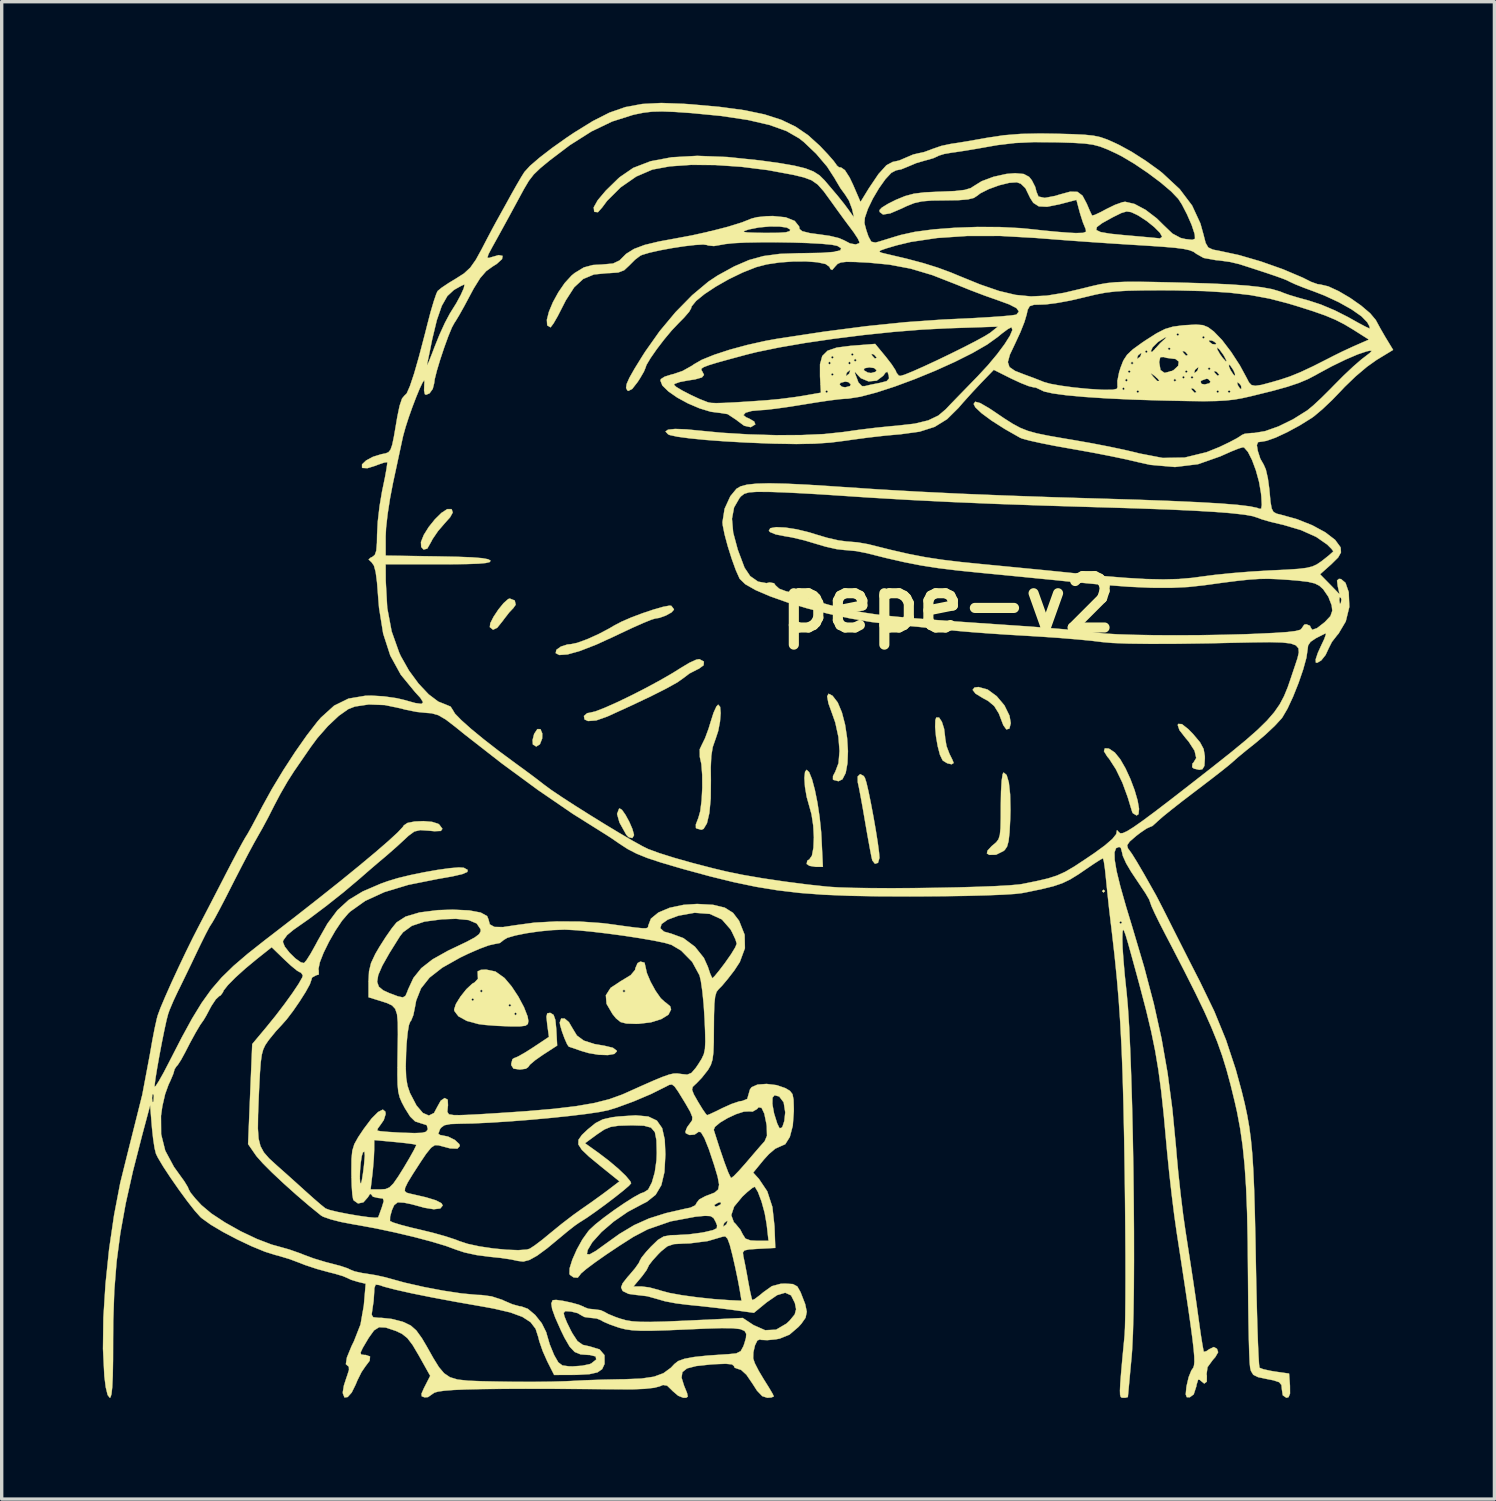
<source format=kicad_pcb>
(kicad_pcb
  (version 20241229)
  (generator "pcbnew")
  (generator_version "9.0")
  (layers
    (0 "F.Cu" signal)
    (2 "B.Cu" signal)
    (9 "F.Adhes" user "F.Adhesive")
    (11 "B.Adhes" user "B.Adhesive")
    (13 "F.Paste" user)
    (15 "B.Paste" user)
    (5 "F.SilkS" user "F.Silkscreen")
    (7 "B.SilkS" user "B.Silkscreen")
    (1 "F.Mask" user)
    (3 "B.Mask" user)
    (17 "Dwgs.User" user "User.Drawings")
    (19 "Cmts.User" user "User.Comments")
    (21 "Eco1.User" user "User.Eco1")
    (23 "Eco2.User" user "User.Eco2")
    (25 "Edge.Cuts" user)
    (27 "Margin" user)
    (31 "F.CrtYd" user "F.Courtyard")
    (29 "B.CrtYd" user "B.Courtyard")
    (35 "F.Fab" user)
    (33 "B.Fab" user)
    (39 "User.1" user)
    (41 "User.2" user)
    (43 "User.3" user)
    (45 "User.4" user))
  (footprint "pepe-v2"
    (layer "F.Cu")
    (at 25.068 14.873)
    (property "Reference" "pepe-v2" (at 0 0 0) (layer "F.SilkS") (effects (font (size 1.524 1.524) (thickness 0.3))))
    (attr through_hole)
    (fp_poly (pts (xy 4.657 8.509) (xy 4.614 8.551) (xy 4.572 8.509) (xy 4.614 8.467) (xy 4.657 8.509)) (stroke (width 0.01) (type solid)) (fill yes) (layer "F.SilkS"))
    (fp_poly (pts (xy -12.087 3.705) (xy -12.033 3.833) (xy -12.037 3.984) (xy -12.104 4.153) (xy -12.212 4.221) (xy -12.312 4.16) (xy -12.321 4.029) (xy -12.274 3.846) (xy -12.179 3.703) (xy -12.087 3.705)) (stroke (width 0.01) (type solid)) (fill yes) (layer "F.SilkS"))
    (fp_poly (pts (xy -9.669 6.099) (xy -9.564 6.249) (xy -9.452 6.455) (xy -9.36 6.667) (xy -9.314 6.834) (xy -9.313 6.853) (xy -9.364 6.936) (xy -9.473 6.909) (xy -9.541 6.837) (xy -9.743 6.475) (xy -9.815 6.219) (xy -9.757 6.068) (xy -9.74 6.056) (xy -9.669 6.099)) (stroke (width 0.01) (type solid)) (fill yes) (layer "F.SilkS"))
    (fp_poly (pts (xy -12.85 -0.112) (xy -12.822 0.014) (xy -12.89 0.111) (xy -13.017 0.246) (xy -13.173 0.448) (xy -13.201 0.487) (xy -13.369 0.696) (xy -13.493 0.756) (xy -13.589 0.678) (xy -13.575 0.563) (xy -13.479 0.373) (xy -13.336 0.158) (xy -13.18 -0.034) (xy -13.045 -0.153) (xy -12.997 -0.169) (xy -12.85 -0.112)) (stroke (width 0.01) (type solid)) (fill yes) (layer "F.SilkS"))
    (fp_poly (pts (xy -14.719 -2.814) (xy -14.689 -2.721) (xy -14.768 -2.579) (xy -14.926 -2.403) (xy -15.127 -2.169) (xy -15.286 -1.936) (xy -15.331 -1.849) (xy -15.444 -1.651) (xy -15.553 -1.622) (xy -15.624 -1.698) (xy -15.632 -1.845) (xy -15.549 -2.054) (xy -15.401 -2.291) (xy -15.216 -2.521) (xy -15.024 -2.71) (xy -14.852 -2.822) (xy -14.728 -2.822) (xy -14.719 -2.814)) (stroke (width 0.01) (type solid)) (fill yes) (layer "F.SilkS"))
    (fp_poly (pts (xy 1.176 2.53) (xy 1.445 2.727) (xy 1.675 3) (xy 1.825 3.306) (xy 1.863 3.527) (xy 1.822 3.689) (xy 1.732 3.713) (xy 1.642 3.587) (xy 1.638 3.577) (xy 1.509 3.24) (xy 1.372 3.019) (xy 1.189 2.866) (xy 1.037 2.784) (xy 0.818 2.651) (xy 0.732 2.54) (xy 0.787 2.47) (xy 0.905 2.455) (xy 1.176 2.53)) (stroke (width 0.01) (type solid)) (fill yes) (layer "F.SilkS"))
    (fp_poly (pts (xy -0.263 3.361) (xy -0.18 3.488) (xy -0.114 3.696) (xy -0.084 3.942) (xy -0.084 3.964) (xy -0.043 4.207) (xy 0.043 4.434) (xy 0.13 4.61) (xy 0.169 4.707) (xy 0.169 4.709) (xy 0.109 4.747) (xy -0.021 4.717) (xy -0.147 4.64) (xy -0.162 4.623) (xy -0.238 4.464) (xy -0.304 4.211) (xy -0.355 3.918) (xy -0.38 3.64) (xy -0.373 3.433) (xy -0.346 3.36) (xy -0.263 3.361)) (stroke (width 0.01) (type solid)) (fill yes) (layer "F.SilkS"))
    (fp_poly (pts (xy 6.94 3.556) (xy 7.132 3.708) (xy 7.268 3.847) (xy 7.476 4.094) (xy 7.583 4.293) (xy 7.619 4.505) (xy 7.62 4.57) (xy 7.606 4.793) (xy 7.548 4.892) (xy 7.456 4.911) (xy 7.296 4.875) (xy 7.243 4.832) (xy 7.253 4.723) (xy 7.28 4.7) (xy 7.364 4.561) (xy 7.315 4.345) (xy 7.139 4.073) (xy 7.056 3.976) (xy 6.866 3.733) (xy 6.815 3.582) (xy 6.831 3.549) (xy 6.94 3.556)) (stroke (width 0.01) (type solid)) (fill yes) (layer "F.SilkS"))
    (fp_poly (pts (xy -3.425 2.713) (xy -3.271 2.912) (xy -3.146 3.209) (xy -3.052 3.571) (xy -2.992 3.965) (xy -2.967 4.357) (xy -2.981 4.715) (xy -3.034 5.005) (xy -3.131 5.193) (xy -3.249 5.249) (xy -3.389 5.213) (xy -3.412 5.196) (xy -3.41 5.096) (xy -3.341 4.965) (xy -3.246 4.713) (xy -3.216 4.353) (xy -3.249 3.936) (xy -3.342 3.509) (xy -3.427 3.267) (xy -3.545 2.94) (xy -3.583 2.732) (xy -3.542 2.654) (xy -3.425 2.713)) (stroke (width 0.01) (type solid)) (fill yes) (layer "F.SilkS"))
    (fp_poly (pts (xy 4.771 4.28) (xy 4.945 4.395) (xy 4.951 4.401) (xy 5.108 4.595) (xy 5.266 4.868) (xy 5.412 5.186) (xy 5.536 5.515) (xy 5.625 5.821) (xy 5.668 6.07) (xy 5.652 6.227) (xy 5.596 6.265) (xy 5.484 6.198) (xy 5.465 6.16) (xy 5.42 6.015) (xy 5.351 5.786) (xy 5.329 5.715) (xy 5.174 5.292) (xy 4.981 4.894) (xy 4.78 4.582) (xy 4.725 4.517) (xy 4.627 4.359) (xy 4.653 4.274) (xy 4.771 4.28)) (stroke (width 0.01) (type solid)) (fill yes) (layer "F.SilkS"))
    (fp_poly (pts (xy -11.369 12.289) (xy -11.243 12.396) (xy -11.139 12.574) (xy -11.006 12.793) (xy -10.8 12.944) (xy -10.486 13.045) (xy -10.187 13.096) (xy -9.938 13.156) (xy -9.825 13.241) (xy -9.821 13.262) (xy -9.896 13.338) (xy -10.09 13.372) (xy -10.36 13.363) (xy -10.662 13.312) (xy -10.88 13.248) (xy -11.093 13.173) (xy -11.226 13.129) (xy -11.244 13.125) (xy -11.296 13.052) (xy -11.372 12.88) (xy -11.449 12.67) (xy -11.503 12.484) (xy -11.515 12.406) (xy -11.472 12.287) (xy -11.369 12.289)) (stroke (width 0.01) (type solid)) (fill yes) (layer "F.SilkS"))
    (fp_poly (pts (xy -4.117 4.982) (xy -4.033 5.19) (xy -3.949 5.503) (xy -3.871 5.889) (xy -3.807 6.315) (xy -3.762 6.749) (xy -3.752 6.921) (xy -3.71 7.789) (xy -3.924 7.789) (xy -4.107 7.759) (xy -4.191 7.704) (xy -4.173 7.607) (xy -4.112 7.568) (xy -4.035 7.457) (xy -3.99 7.223) (xy -3.977 6.911) (xy -3.996 6.565) (xy -4.047 6.229) (xy -4.109 6.005) (xy -4.19 5.716) (xy -4.241 5.417) (xy -4.258 5.153) (xy -4.239 4.969) (xy -4.193 4.91) (xy -4.117 4.982)) (stroke (width 0.01) (type solid)) (fill yes) (layer "F.SilkS"))
    (fp_poly (pts (xy -2.498 5.096) (xy -2.464 5.149) (xy -2.419 5.288) (xy -2.357 5.554) (xy -2.285 5.907) (xy -2.21 6.305) (xy -2.14 6.708) (xy -2.082 7.075) (xy -2.044 7.365) (xy -2.032 7.524) (xy -2.075 7.67) (xy -2.165 7.698) (xy -2.244 7.599) (xy -2.272 7.478) (xy -2.32 7.226) (xy -2.383 6.881) (xy -2.453 6.479) (xy -2.453 6.477) (xy -2.524 6.065) (xy -2.59 5.702) (xy -2.643 5.426) (xy -2.675 5.28) (xy -2.678 5.109) (xy -2.604 5.038) (xy -2.498 5.096)) (stroke (width 0.01) (type solid)) (fill yes) (layer "F.SilkS"))
    (fp_poly (pts (xy -11.789 12.123) (xy -11.698 12.18) (xy -11.645 12.33) (xy -11.617 12.611) (xy -11.617 12.621) (xy -11.592 13.09) (xy -12.019 13.367) (xy -12.246 13.526) (xy -12.401 13.658) (xy -12.446 13.722) (xy -12.52 13.777) (xy -12.697 13.801) (xy -12.7 13.801) (xy -12.886 13.774) (xy -12.951 13.675) (xy -12.954 13.631) (xy -12.918 13.494) (xy -12.868 13.462) (xy -12.758 13.418) (xy -12.554 13.303) (xy -12.309 13.148) (xy -11.835 12.833) (xy -11.886 12.464) (xy -11.909 12.236) (xy -11.886 12.135) (xy -11.807 12.12) (xy -11.789 12.123)) (stroke (width 0.01) (type solid)) (fill yes) (layer "F.SilkS"))
    (fp_poly (pts (xy 1.74 5.065) (xy 1.806 5.288) (xy 1.844 5.642) (xy 1.854 6.108) (xy 1.847 6.37) (xy 1.827 6.764) (xy 1.798 7.025) (xy 1.753 7.188) (xy 1.685 7.288) (xy 1.648 7.319) (xy 1.426 7.43) (xy 1.227 7.434) (xy 1.155 7.392) (xy 1.174 7.307) (xy 1.297 7.174) (xy 1.331 7.146) (xy 1.432 7.06) (xy 1.499 6.97) (xy 1.539 6.842) (xy 1.559 6.642) (xy 1.566 6.336) (xy 1.567 5.977) (xy 1.574 5.556) (xy 1.593 5.236) (xy 1.622 5.04) (xy 1.65 4.99) (xy 1.74 5.065)) (stroke (width 0.01) (type solid)) (fill yes) (layer "F.SilkS"))
    (fp_poly (pts (xy -7.239 1.7) (xy -7.248 1.81) (xy -7.393 1.916) (xy -7.426 1.929) (xy -7.67 2.055) (xy -7.849 2.191) (xy -8.021 2.313) (xy -8.34 2.491) (xy -8.796 2.722) (xy -9.38 2.999) (xy -10.08 3.319) (xy -10.099 3.328) (xy -10.433 3.446) (xy -10.677 3.464) (xy -10.779 3.417) (xy -10.798 3.314) (xy -10.702 3.231) (xy -10.622 3.217) (xy -10.457 3.178) (xy -10.176 3.069) (xy -9.812 2.907) (xy -9.397 2.707) (xy -8.962 2.485) (xy -8.538 2.256) (xy -8.158 2.036) (xy -7.912 1.882) (xy -7.668 1.736) (xy -7.466 1.644) (xy -7.374 1.628) (xy -7.239 1.7)) (stroke (width 0.01) (type solid)) (fill yes) (layer "F.SilkS"))
    (fp_poly (pts (xy -8.204 0.048) (xy -8.13 0.146) (xy -8.128 0.161) (xy -8.199 0.241) (xy -8.365 0.333) (xy -8.56 0.404) (xy -8.683 0.423) (xy -8.802 0.459) (xy -9.04 0.556) (xy -9.366 0.701) (xy -9.747 0.88) (xy -9.844 0.927) (xy -10.43 1.196) (xy -10.914 1.384) (xy -11.284 1.488) (xy -11.53 1.505) (xy -11.635 1.45) (xy -11.615 1.352) (xy -11.482 1.256) (xy -11.289 1.194) (xy -11.192 1.185) (xy -10.997 1.145) (xy -10.706 1.039) (xy -10.371 0.889) (xy -10.041 0.715) (xy -9.905 0.634) (xy -9.688 0.52) (xy -9.393 0.392) (xy -9.061 0.267) (xy -8.733 0.157) (xy -8.453 0.077) (xy -8.26 0.041) (xy -8.204 0.048)) (stroke (width 0.01) (type solid)) (fill yes) (layer "F.SilkS"))
    (fp_poly (pts (xy -6.758 3.044) (xy -6.742 3.228) (xy -6.762 3.482) (xy -6.815 3.758) (xy -6.898 4.01) (xy -6.904 4.024) (xy -6.978 4.238) (xy -7.02 4.497) (xy -7.036 4.844) (xy -7.032 5.224) (xy -7.037 5.76) (xy -7.077 6.19) (xy -7.149 6.497) (xy -7.249 6.663) (xy -7.316 6.689) (xy -7.455 6.651) (xy -7.476 6.636) (xy -7.478 6.532) (xy -7.41 6.354) (xy -7.405 6.343) (xy -7.347 6.138) (xy -7.307 5.82) (xy -7.287 5.444) (xy -7.289 5.066) (xy -7.314 4.74) (xy -7.36 4.53) (xy -7.363 4.301) (xy -7.298 4.164) (xy -7.205 3.974) (xy -7.101 3.692) (xy -7.035 3.476) (xy -6.951 3.214) (xy -6.868 3.033) (xy -6.816 2.977) (xy -6.758 3.044)) (stroke (width 0.01) (type solid)) (fill yes) (layer "F.SilkS"))
    (fp_poly (pts (xy -9 10.631) (xy -8.975 10.739) (xy -8.931 10.938) (xy -8.821 11.198) (xy -8.674 11.465) (xy -8.519 11.686) (xy -8.386 11.808) (xy -8.371 11.814) (xy -8.239 11.925) (xy -8.213 12.019) (xy -8.291 12.173) (xy -8.503 12.305) (xy -8.811 12.401) (xy -9.181 12.445) (xy -9.258 12.446) (xy -9.538 12.437) (xy -9.712 12.392) (xy -9.846 12.283) (xy -9.95 12.155) (xy -10.127 11.852) (xy -10.147 11.598) (xy -10.066 11.472) (xy -9.652 11.472) (xy -9.61 11.515) (xy -9.567 11.472) (xy -9.61 11.43) (xy -9.652 11.472) (xy -10.066 11.472) (xy -10.006 11.378) (xy -9.699 11.175) (xy -9.694 11.173) (xy -9.409 11) (xy -9.281 10.846) (xy -9.271 10.793) (xy -9.206 10.644) (xy -9.123 10.599) (xy -9 10.631)) (stroke (width 0.01) (type solid)) (fill yes) (layer "F.SilkS"))
    (fp_poly (pts (xy -13.422 10.894) (xy -13.159 11.082) (xy -13.147 11.094) (xy -12.944 11.334) (xy -12.744 11.637) (xy -12.576 11.952) (xy -12.469 12.226) (xy -12.446 12.36) (xy -12.461 12.45) (xy -12.532 12.501) (xy -12.695 12.521) (xy -12.988 12.521) (xy -13.018 12.52) (xy -13.375 12.505) (xy -13.718 12.479) (xy -13.928 12.452) (xy -14.271 12.359) (xy -14.519 12.223) (xy -14.575 12.15) (xy -12.869 12.15) (xy -12.827 12.192) (xy -12.785 12.15) (xy -12.827 12.107) (xy -12.869 12.15) (xy -14.575 12.15) (xy -14.641 12.063) (xy -14.647 12.016) (xy -14.607 11.896) (xy -13.039 11.896) (xy -12.996 11.938) (xy -12.954 11.896) (xy -12.996 11.853) (xy -13.039 11.896) (xy -14.607 11.896) (xy -14.592 11.852) (xy -14.514 11.726) (xy -14.139 11.726) (xy -14.097 11.769) (xy -14.055 11.726) (xy -14.097 11.684) (xy -14.139 11.726) (xy -14.514 11.726) (xy -14.455 11.632) (xy -14.327 11.472) (xy -13.885 11.472) (xy -13.843 11.515) (xy -13.801 11.472) (xy -13.843 11.43) (xy -13.885 11.472) (xy -14.327 11.472) (xy -14.28 11.414) (xy -14.111 11.256) (xy -14.042 11.218) (xy -13.941 11.11) (xy -13.946 11.004) (xy -13.951 10.891) (xy -13.856 10.845) (xy -13.7 10.837) (xy -13.422 10.894)) (stroke (width 0.01) (type solid)) (fill yes) (layer "F.SilkS"))
    (fp_poly (pts (xy -7.83 -14.843) (xy -7.612 -14.828) (xy -6.751 -14.75) (xy -6.035 -14.653) (xy -5.441 -14.529) (xy -4.945 -14.369) (xy -4.523 -14.167) (xy -4.152 -13.915) (xy -3.809 -13.605) (xy -3.789 -13.585) (xy -3.564 -13.347) (xy -3.394 -13.153) (xy -3.308 -13.036) (xy -3.302 -13.02) (xy -3.233 -12.962) (xy -3.169 -12.954) (xy -3.057 -12.876) (xy -2.918 -12.659) (xy -2.815 -12.443) (xy -2.594 -11.932) (xy -2.346 -12.337) (xy -2.061 -12.76) (xy -1.825 -13.021) (xy -1.637 -13.122) (xy -1.615 -13.124) (xy -1.448 -13.162) (xy -1.239 -13.251) (xy -1.03 -13.34) (xy -0.871 -13.377) (xy -0.711 -13.411) (xy -0.492 -13.491) (xy -0.478 -13.498) (xy -0.194 -13.596) (xy 0.085 -13.655) (xy 0.3 -13.687) (xy 0.626 -13.741) (xy 1.007 -13.808) (xy 1.185 -13.84) (xy 1.66 -13.911) (xy 2.158 -13.951) (xy 2.731 -13.963) (xy 3.217 -13.956) (xy 3.7 -13.943) (xy 4.053 -13.926) (xy 4.316 -13.899) (xy 4.528 -13.853) (xy 4.728 -13.783) (xy 4.956 -13.681) (xy 5.08 -13.622) (xy 5.448 -13.421) (xy 5.866 -13.154) (xy 6.259 -12.871) (xy 6.361 -12.79) (xy 6.874 -12.313) (xy 7.242 -11.826) (xy 7.487 -11.297) (xy 7.579 -10.966) (xy 7.643 -10.716) (xy 7.72 -10.583) (xy 7.857 -10.519) (xy 8.049 -10.482) (xy 8.631 -10.357) (xy 9.283 -10.167) (xy 9.937 -9.936) (xy 10.524 -9.687) (xy 10.773 -9.562) (xy 10.964 -9.494) (xy 11.051 -9.483) (xy 11.28 -9.429) (xy 11.586 -9.288) (xy 11.925 -9.089) (xy 12.252 -8.86) (xy 12.522 -8.631) (xy 12.69 -8.431) (xy 12.7 -8.412) (xy 12.827 -8.178) (xy 12.983 -7.908) (xy 13.014 -7.858) (xy 13.204 -7.545) (xy 12.715 -7.248) (xy 12.428 -7.044) (xy 12.092 -6.76) (xy 11.769 -6.449) (xy 11.68 -6.354) (xy 11.397 -6.06) (xy 11.11 -5.788) (xy 10.867 -5.583) (xy 10.795 -5.53) (xy 10.434 -5.305) (xy 10.061 -5.103) (xy 9.718 -4.943) (xy 9.446 -4.847) (xy 9.328 -4.827) (xy 9.197 -4.808) (xy 9.162 -4.72) (xy 9.189 -4.551) (xy 9.265 -4.316) (xy 9.365 -4.142) (xy 9.429 -3.996) (xy 9.489 -3.734) (xy 9.533 -3.409) (xy 9.537 -3.363) (xy 9.567 -3.037) (xy 9.602 -2.84) (xy 9.657 -2.736) (xy 9.751 -2.686) (xy 9.855 -2.661) (xy 10.347 -2.525) (xy 10.805 -2.343) (xy 11.194 -2.132) (xy 11.483 -1.91) (xy 11.641 -1.695) (xy 11.648 -1.675) (xy 11.657 -1.536) (xy 11.574 -1.388) (xy 11.374 -1.19) (xy 11.372 -1.188) (xy 11.037 -0.889) (xy 11.327 -0.593) (xy 11.616 -0.296) (xy 11.562 -0.536) (xy 11.541 -0.704) (xy 11.597 -0.753) (xy 11.659 -0.747) (xy 11.791 -0.636) (xy 11.886 -0.362) (xy 11.887 -0.356) (xy 11.905 0.078) (xy 11.799 0.51) (xy 11.584 0.873) (xy 11.543 0.919) (xy 11.388 1.118) (xy 11.296 1.3) (xy 11.201 1.504) (xy 11.072 1.666) (xy 10.95 1.737) (xy 10.912 1.729) (xy 10.907 1.636) (xy 10.971 1.443) (xy 11.056 1.256) (xy 11.161 1.033) (xy 11.211 0.891) (xy 11.203 0.861) (xy 10.917 1.005) (xy 10.754 1.115) (xy 10.683 1.221) (xy 10.668 1.335) (xy 10.632 1.586) (xy 10.535 1.937) (xy 10.397 2.339) (xy 10.236 2.742) (xy 10.071 3.097) (xy 9.92 3.354) (xy 9.895 3.388) (xy 9.691 3.609) (xy 9.41 3.873) (xy 9.114 4.123) (xy 9.112 4.124) (xy 8.844 4.338) (xy 8.614 4.528) (xy 8.467 4.657) (xy 8.457 4.667) (xy 8.342 4.766) (xy 8.12 4.944) (xy 7.818 5.179) (xy 7.465 5.449) (xy 7.313 5.564) (xy 6.949 5.842) (xy 6.627 6.095) (xy 6.375 6.299) (xy 6.221 6.434) (xy 6.191 6.464) (xy 6.064 6.577) (xy 5.996 6.604) (xy 5.889 6.653) (xy 5.704 6.779) (xy 5.583 6.872) (xy 5.39 7.039) (xy 5.315 7.148) (xy 5.337 7.239) (xy 5.364 7.274) (xy 5.458 7.405) (xy 5.607 7.645) (xy 5.819 8.007) (xy 6.1 8.505) (xy 6.174 8.636) (xy 6.239 8.761) (xy 6.362 9) (xy 6.522 9.317) (xy 6.669 9.61) (xy 6.894 10.055) (xy 7.14 10.541) (xy 7.369 10.99) (xy 7.465 11.176) (xy 7.899 12.073) (xy 8.246 12.921) (xy 8.535 13.795) (xy 8.712 14.444) (xy 8.802 14.811) (xy 8.876 15.158) (xy 8.937 15.507) (xy 8.986 15.88) (xy 9.026 16.298) (xy 9.057 16.784) (xy 9.082 17.36) (xy 9.102 18.048) (xy 9.121 18.87) (xy 9.131 19.445) (xy 9.145 20.159) (xy 9.161 20.819) (xy 9.177 21.406) (xy 9.194 21.902) (xy 9.211 22.286) (xy 9.227 22.54) (xy 9.241 22.646) (xy 9.242 22.647) (xy 9.352 22.69) (xy 9.569 22.738) (xy 9.707 22.761) (xy 10.118 22.819) (xy 10.144 23.178) (xy 10.146 23.413) (xy 10.102 23.519) (xy 10.038 23.537) (xy 9.932 23.464) (xy 9.906 23.299) (xy 9.892 23.158) (xy 9.822 23.074) (xy 9.655 23.019) (xy 9.461 22.981) (xy 9.198 22.925) (xy 9.056 22.855) (xy 8.987 22.741) (xy 8.964 22.648) (xy 8.949 22.5) (xy 8.936 22.206) (xy 8.924 21.791) (xy 8.914 21.279) (xy 8.906 20.694) (xy 8.901 20.059) (xy 8.9 19.933) (xy 8.891 18.916) (xy 8.873 18.045) (xy 8.843 17.297) (xy 8.8 16.647) (xy 8.742 16.073) (xy 8.667 15.55) (xy 8.574 15.055) (xy 8.508 14.763) (xy 8.386 14.263) (xy 8.265 13.815) (xy 8.136 13.396) (xy 7.989 12.981) (xy 7.813 12.548) (xy 7.6 12.071) (xy 7.338 11.528) (xy 7.019 10.894) (xy 6.633 10.146) (xy 6.448 9.792) (xy 6.272 9.449) (xy 6.13 9.159) (xy 6.038 8.956) (xy 6.011 8.878) (xy 5.968 8.758) (xy 5.863 8.577) (xy 5.858 8.569) (xy 5.722 8.366) (xy 5.542 8.097) (xy 5.434 7.935) (xy 5.285 7.683) (xy 5.187 7.464) (xy 5.165 7.364) (xy 5.128 7.227) (xy 5.077 7.197) (xy 4.985 7.235) (xy 4.94 7.359) (xy 4.945 7.58) (xy 5.001 7.912) (xy 5.112 8.366) (xy 5.279 8.956) (xy 5.465 9.567) (xy 5.819 10.76) (xy 6.106 11.85) (xy 6.335 12.884) (xy 6.515 13.91) (xy 6.656 14.977) (xy 6.767 16.131) (xy 6.78 16.298) (xy 6.832 16.864) (xy 6.901 17.498) (xy 6.977 18.118) (xy 7.044 18.584) (xy 7.139 19.199) (xy 7.214 19.685) (xy 7.274 20.079) (xy 7.324 20.419) (xy 7.371 20.744) (xy 7.419 21.09) (xy 7.453 21.336) (xy 7.503 21.685) (xy 7.548 21.965) (xy 7.58 22.138) (xy 7.59 22.174) (xy 7.666 22.155) (xy 7.749 22.097) (xy 7.886 22.032) (xy 7.979 22.084) (xy 8.014 22.185) (xy 7.93 22.33) (xy 7.855 22.415) (xy 7.699 22.629) (xy 7.671 22.836) (xy 7.679 22.881) (xy 7.677 23.06) (xy 7.602 23.116) (xy 7.489 23.026) (xy 7.477 23.008) (xy 7.421 22.998) (xy 7.374 23.15) (xy 7.367 23.198) (xy 7.289 23.437) (xy 7.173 23.522) (xy 7.083 23.519) (xy 7.053 23.437) (xy 7.071 23.237) (xy 7.079 23.184) (xy 7.139 22.926) (xy 7.22 22.726) (xy 7.247 22.688) (xy 7.278 22.642) (xy 7.299 22.574) (xy 7.309 22.472) (xy 7.306 22.318) (xy 7.288 22.1) (xy 7.254 21.803) (xy 7.202 21.411) (xy 7.131 20.91) (xy 7.038 20.286) (xy 6.922 19.524) (xy 6.784 18.627) (xy 6.714 18.134) (xy 6.639 17.533) (xy 6.566 16.887) (xy 6.502 16.254) (xy 6.475 15.96) (xy 6.4 15.136) (xy 6.325 14.438) (xy 6.243 13.824) (xy 6.147 13.25) (xy 6.029 12.674) (xy 5.881 12.052) (xy 5.695 11.342) (xy 5.593 10.964) (xy 5.448 10.435) (xy 5.342 10.054) (xy 5.268 9.807) (xy 5.22 9.679) (xy 5.193 9.655) (xy 5.179 9.72) (xy 5.174 9.86) (xy 5.173 9.948) (xy 5.18 10.195) (xy 5.206 10.561) (xy 5.244 11.001) (xy 5.293 11.466) (xy 5.299 11.515) (xy 5.337 11.942) (xy 5.373 12.514) (xy 5.406 13.205) (xy 5.435 13.994) (xy 5.461 14.857) (xy 5.482 15.771) (xy 5.499 16.712) (xy 5.51 17.658) (xy 5.517 18.586) (xy 5.518 19.471) (xy 5.514 20.291) (xy 5.503 21.023) (xy 5.486 21.643) (xy 5.462 22.129) (xy 5.448 22.31) (xy 5.408 22.737) (xy 5.375 23.099) (xy 5.35 23.365) (xy 5.337 23.503) (xy 5.336 23.516) (xy 5.265 23.535) (xy 5.202 23.537) (xy 5.157 23.534) (xy 5.125 23.512) (xy 5.106 23.449) (xy 5.102 23.325) (xy 5.111 23.119) (xy 5.135 22.811) (xy 5.173 22.379) (xy 5.228 21.804) (xy 5.24 21.675) (xy 5.251 21.461) (xy 5.259 21.098) (xy 5.264 20.605) (xy 5.266 20.003) (xy 5.265 19.311) (xy 5.26 18.55) (xy 5.253 17.739) (xy 5.244 16.976) (xy 5.226 15.827) (xy 5.205 14.822) (xy 5.18 13.937) (xy 5.149 13.146) (xy 5.111 12.423) (xy 5.065 11.745) (xy 5.009 11.086) (xy 4.942 10.42) (xy 4.862 9.724) (xy 4.828 9.44) (xy 5.08 9.44) (xy 5.122 9.483) (xy 5.165 9.44) (xy 5.122 9.398) (xy 5.08 9.44) (xy 4.828 9.44) (xy 4.777 9.007) (xy 4.727 8.536) (xy 4.688 8.149) (xy 4.657 7.852) (xy 4.625 7.634) (xy 4.599 7.537) (xy 4.596 7.535) (xy 4.513 7.58) (xy 4.335 7.694) (xy 4.164 7.81) (xy 3.865 8.014) (xy 3.621 8.164) (xy 3.391 8.274) (xy 3.133 8.362) (xy 2.806 8.443) (xy 2.367 8.535) (xy 2.201 8.567) (xy 1.988 8.592) (xy 1.626 8.615) (xy 1.138 8.634) (xy 0.544 8.65) (xy -0.134 8.66) (xy -0.875 8.666) (xy -0.974 8.666) (xy -2.005 8.664) (xy -2.899 8.648) (xy -3.684 8.616) (xy -4.391 8.563) (xy -5.051 8.485) (xy -5.694 8.38) (xy -6.352 8.243) (xy -7.053 8.071) (xy -7.829 7.86) (xy -7.993 7.813) (xy -8.522 7.657) (xy -8.924 7.524) (xy -9.236 7.397) (xy -9.496 7.263) (xy -9.742 7.104) (xy -9.777 7.079) (xy -9.988 6.934) (xy -10.162 6.822) (xy -10.172 6.816) (xy -11.126 6.217) (xy -12.159 5.51) (xy -13.241 4.715) (xy -14.342 3.856) (xy -14.605 3.643) (xy -14.896 3.419) (xy -15.117 3.29) (xy -15.317 3.233) (xy -15.459 3.223) (xy -15.758 3.193) (xy -16.099 3.125) (xy -16.221 3.091) (xy -16.704 2.99) (xy -17.179 2.972) (xy -17.592 3.034) (xy -17.789 3.111) (xy -18.07 3.31) (xy -18.391 3.612) (xy -18.707 3.972) (xy -18.9 4.233) (xy -19.066 4.474) (xy -19.271 4.772) (xy -19.396 4.953) (xy -19.588 5.253) (xy -19.802 5.624) (xy -19.984 5.969) (xy -20.156 6.309) (xy -20.331 6.636) (xy -20.471 6.882) (xy -20.474 6.888) (xy -20.584 7.083) (xy -20.75 7.391) (xy -20.951 7.775) (xy -21.168 8.197) (xy -21.234 8.327) (xy -21.435 8.723) (xy -21.612 9.062) (xy -21.75 9.318) (xy -21.834 9.462) (xy -21.849 9.483) (xy -21.906 9.573) (xy -22.016 9.782) (xy -22.161 10.074) (xy -22.264 10.287) (xy -22.447 10.672) (xy -22.632 11.054) (xy -22.786 11.371) (xy -22.837 11.472) (xy -22.974 11.763) (xy -23.089 12.035) (xy -23.13 12.15) (xy -23.179 12.337) (xy -23.244 12.636) (xy -23.318 13.003) (xy -23.392 13.394) (xy -23.458 13.766) (xy -23.508 14.074) (xy -23.533 14.274) (xy -23.534 14.309) (xy -23.499 14.289) (xy -23.404 14.141) (xy -23.263 13.89) (xy -23.091 13.559) (xy -23.085 13.547) (xy -22.73 12.856) (xy -22.422 12.292) (xy -22.137 11.826) (xy -21.852 11.428) (xy -21.544 11.071) (xy -21.19 10.726) (xy -20.767 10.364) (xy -20.253 9.958) (xy -20.099 9.84) (xy -19.351 9.262) (xy -18.654 8.715) (xy -18.018 8.209) (xy -17.456 7.751) (xy -16.979 7.353) (xy -16.598 7.023) (xy -16.324 6.771) (xy -16.169 6.606) (xy -16.14 6.56) (xy -16.033 6.487) (xy -15.818 6.444) (xy -15.554 6.433) (xy -15.302 6.455) (xy -15.12 6.512) (xy -15.088 6.536) (xy -14.996 6.661) (xy -15.041 6.724) (xy -15.234 6.732) (xy -15.391 6.717) (xy -15.651 6.699) (xy -15.827 6.74) (xy -16.001 6.867) (xy -16.094 6.954) (xy -16.35 7.19) (xy -16.619 7.426) (xy -16.683 7.481) (xy -16.894 7.658) (xy -17.174 7.898) (xy -17.464 8.151) (xy -17.484 8.168) (xy -17.934 8.547) (xy -18.444 8.951) (xy -18.952 9.333) (xy -19.4 9.647) (xy -19.409 9.653) (xy -19.602 9.813) (xy -19.715 9.968) (xy -19.727 10.017) (xy -19.671 10.156) (xy -19.532 10.334) (xy -19.358 10.505) (xy -19.195 10.621) (xy -19.101 10.643) (xy -19.028 10.56) (xy -18.903 10.363) (xy -18.75 10.088) (xy -18.696 9.986) (xy -18.404 9.471) (xy -18.11 9.077) (xy -17.774 8.77) (xy -17.359 8.519) (xy -16.827 8.29) (xy -16.616 8.214) (xy -16.32 8.124) (xy -15.949 8.034) (xy -15.541 7.95) (xy -15.138 7.879) (xy -14.78 7.829) (xy -14.507 7.806) (xy -14.361 7.816) (xy -14.246 7.88) (xy -14.256 7.94) (xy -14.402 8.003) (xy -14.695 8.071) (xy -15.138 8.149) (xy -16.004 8.322) (xy -16.715 8.537) (xy -17.286 8.799) (xy -17.727 9.113) (xy -17.789 9.171) (xy -17.975 9.389) (xy -18.172 9.683) (xy -18.361 10.013) (xy -18.521 10.338) (xy -18.631 10.619) (xy -18.672 10.817) (xy -18.665 10.861) (xy -18.662 10.982) (xy -18.745 11.007) (xy -18.863 11.073) (xy -18.881 11.138) (xy -18.928 11.274) (xy -19.053 11.501) (xy -19.228 11.777) (xy -19.424 12.062) (xy -19.616 12.314) (xy -19.769 12.486) (xy -19.937 12.668) (xy -20.127 12.901) (xy -20.167 12.954) (xy -20.249 13.075) (xy -20.309 13.201) (xy -20.353 13.36) (xy -20.384 13.584) (xy -20.408 13.902) (xy -20.431 14.345) (xy -20.443 14.607) (xy -20.464 15.147) (xy -20.469 15.55) (xy -20.449 15.848) (xy -20.392 16.073) (xy -20.292 16.258) (xy -20.137 16.436) (xy -19.918 16.637) (xy -19.822 16.722) (xy -19.608 16.912) (xy -19.331 17.161) (xy -19.068 17.399) (xy -18.82 17.621) (xy -18.605 17.807) (xy -18.467 17.918) (xy -18.462 17.922) (xy -18.337 17.968) (xy -18.105 18.024) (xy -17.809 18.083) (xy -17.495 18.137) (xy -17.21 18.177) (xy -16.997 18.197) (xy -16.902 18.188) (xy -16.902 18.187) (xy -16.867 18.098) (xy -16.801 17.914) (xy -16.791 17.886) (xy -16.735 17.701) (xy -16.761 17.626) (xy -16.886 17.611) (xy -16.898 17.611) (xy -17.056 17.573) (xy -17.108 17.505) (xy -17.142 17.488) (xy -17.206 17.59) (xy -17.338 17.739) (xy -17.498 17.773) (xy -17.626 17.683) (xy -17.644 17.646) (xy -17.668 17.502) (xy -17.678 17.357) (xy -17.126 17.357) (xy -16.831 17.357) (xy -16.684 17.347) (xy -16.567 17.298) (xy -16.451 17.183) (xy -16.304 16.972) (xy -16.14 16.709) (xy -15.969 16.42) (xy -15.841 16.191) (xy -15.776 16.056) (xy -15.773 16.034) (xy -15.864 16.013) (xy -16.08 15.984) (xy -16.375 15.953) (xy -16.409 15.95) (xy -17.018 15.893) (xy -17.019 16.18) (xy -17.03 16.439) (xy -17.057 16.764) (xy -17.073 16.912) (xy -17.126 17.357) (xy -17.678 17.357) (xy -17.686 17.239) (xy -17.692 17.014) (xy -17.446 17.014) (xy -17.436 17.156) (xy -17.41 17.18) (xy -17.384 17.084) (xy -17.35 16.869) (xy -17.321 16.637) (xy -17.298 16.358) (xy -17.308 16.235) (xy -17.352 16.256) (xy -17.389 16.372) (xy -17.419 16.571) (xy -17.439 16.802) (xy -17.446 17.014) (xy -17.692 17.014) (xy -17.695 16.906) (xy -17.695 16.805) (xy -17.692 16.453) (xy -17.668 16.209) (xy -17.608 16.014) (xy -17.492 15.806) (xy -17.329 15.563) (xy -17.097 15.255) (xy -16.903 15.061) (xy -16.762 14.989) (xy -16.688 15.05) (xy -16.679 15.121) (xy -16.734 15.298) (xy -16.82 15.424) (xy -16.914 15.553) (xy -16.926 15.613) (xy -16.831 15.631) (xy -16.608 15.651) (xy -16.3 15.67) (xy -16.174 15.676) (xy -15.819 15.686) (xy -15.6 15.678) (xy -15.483 15.647) (xy -15.434 15.586) (xy -15.428 15.564) (xy -15.461 15.449) (xy -15.634 15.395) (xy -15.637 15.394) (xy -15.804 15.34) (xy -15.952 15.196) (xy -16.11 14.944) (xy -16.2 14.774) (xy -16.264 14.624) (xy -16.304 14.46) (xy -16.325 14.246) (xy -16.331 13.95) (xy -16.329 13.73) (xy -16.083 13.73) (xy -16.071 14.043) (xy -16.031 14.282) (xy -15.96 14.491) (xy -15.954 14.505) (xy -15.764 14.868) (xy -15.574 15.09) (xy -15.397 15.166) (xy -15.244 15.09) (xy -15.143 14.901) (xy -15.045 14.725) (xy -14.93 14.647) (xy -14.926 14.647) (xy -14.838 14.696) (xy -14.83 14.864) (xy -14.835 14.901) (xy -14.849 15.056) (xy -14.803 15.13) (xy -14.657 15.153) (xy -14.485 15.154) (xy -14.276 15.147) (xy -13.934 15.13) (xy -13.493 15.103) (xy -12.988 15.07) (xy -12.485 15.035) (xy -11.685 14.966) (xy -11.03 14.888) (xy -10.492 14.795) (xy -10.047 14.682) (xy -9.67 14.546) (xy -9.605 14.518) (xy -9.104 14.293) (xy -8.733 14.129) (xy -8.465 14.019) (xy -8.275 13.952) (xy -8.14 13.921) (xy -8.033 13.917) (xy -7.929 13.931) (xy -7.911 13.934) (xy -7.734 13.952) (xy -7.609 13.902) (xy -7.479 13.751) (xy -7.403 13.639) (xy -7.306 13.484) (xy -7.242 13.347) (xy -7.208 13.189) (xy -7.197 12.97) (xy -7.204 12.652) (xy -7.219 12.297) (xy -7.246 11.872) (xy -7.285 11.481) (xy -7.33 11.17) (xy -7.369 11.007) (xy -7.588 10.605) (xy -7.914 10.273) (xy -8.202 10.102) (xy -8.399 10.044) (xy -8.727 9.976) (xy -9.149 9.903) (xy -9.626 9.83) (xy -10.121 9.764) (xy -10.597 9.708) (xy -11.015 9.669) (xy -11.337 9.652) (xy -11.376 9.651) (xy -11.736 9.665) (xy -12.124 9.703) (xy -12.502 9.758) (xy -12.83 9.824) (xy -13.069 9.893) (xy -13.181 9.96) (xy -13.184 9.964) (xy -13.291 10.048) (xy -13.45 10.079) (xy -13.618 10.117) (xy -13.892 10.218) (xy -14.229 10.365) (xy -14.47 10.481) (xy -14.999 10.779) (xy -15.379 11.076) (xy -15.631 11.395) (xy -15.774 11.756) (xy -15.809 11.947) (xy -15.858 12.187) (xy -15.923 12.349) (xy -15.948 12.377) (xy -15.989 12.482) (xy -16.028 12.717) (xy -16.059 13.045) (xy -16.072 13.294) (xy -16.083 13.73) (xy -16.329 13.73) (xy -16.328 13.537) (xy -16.324 13.267) (xy -16.316 12.765) (xy -16.319 12.405) (xy -16.342 12.159) (xy -16.396 12) (xy -16.49 11.899) (xy -16.635 11.83) (xy -16.84 11.764) (xy -16.87 11.755) (xy -17.187 11.657) (xy -17.187 11.2) (xy -16.932 11.2) (xy -16.881 11.344) (xy -16.751 11.452) (xy -16.573 11.533) (xy -16.315 11.63) (xy -16.169 11.661) (xy -16.092 11.617) (xy -16.036 11.491) (xy -16.015 11.43) (xy -15.855 11.085) (xy -15.622 10.795) (xy -15.287 10.533) (xy -14.824 10.274) (xy -14.641 10.187) (xy -14.272 10.011) (xy -14.035 9.883) (xy -13.906 9.785) (xy -13.86 9.7) (xy -13.864 9.638) (xy -13.978 9.469) (xy -14.218 9.367) (xy -14.597 9.33) (xy -15.011 9.345) (xy -15.526 9.413) (xy -15.901 9.538) (xy -16.163 9.729) (xy -16.258 9.852) (xy -16.566 10.345) (xy -16.778 10.72) (xy -16.899 10.998) (xy -16.932 11.2) (xy -17.187 11.2) (xy -17.187 11.178) (xy -17.172 10.887) (xy -17.112 10.642) (xy -16.986 10.373) (xy -16.865 10.166) (xy -16.677 9.871) (xy -16.494 9.609) (xy -16.355 9.438) (xy -16.087 9.265) (xy -15.673 9.142) (xy -15.13 9.073) (xy -14.691 9.059) (xy -14.203 9.081) (xy -13.86 9.145) (xy -13.67 9.249) (xy -13.631 9.343) (xy -13.59 9.495) (xy -13.453 9.571) (xy -13.198 9.576) (xy -12.827 9.52) (xy -12.267 9.444) (xy -11.608 9.408) (xy -10.917 9.412) (xy -10.26 9.458) (xy -10.049 9.484) (xy -9.589 9.548) (xy -9.27 9.59) (xy -9.067 9.61) (xy -8.953 9.61) (xy -8.947 9.608) (xy -8.533 9.608) (xy -8.422 9.711) (xy -8.212 9.769) (xy -7.847 9.903) (xy -7.506 10.158) (xy -7.24 10.49) (xy -7.123 10.75) (xy -7.052 10.96) (xy -6.997 11.08) (xy -6.984 11.091) (xy -6.92 11.029) (xy -6.785 10.864) (xy -6.609 10.633) (xy -6.607 10.629) (xy -6.434 10.382) (xy -6.311 10.18) (xy -6.265 10.069) (xy -6.304 9.94) (xy -6.402 9.731) (xy -6.45 9.642) (xy -6.706 9.349) (xy -7.064 9.185) (xy -7.514 9.151) (xy -7.994 9.237) (xy -8.312 9.355) (xy -8.494 9.484) (xy -8.533 9.608) (xy -8.947 9.608) (xy -8.903 9.591) (xy -8.89 9.553) (xy -8.89 9.533) (xy -8.81 9.325) (xy -8.59 9.145) (xy -8.257 9.004) (xy -7.84 8.916) (xy -7.441 8.89) (xy -6.966 8.916) (xy -6.622 8.999) (xy -6.376 9.153) (xy -6.196 9.388) (xy -6.031 9.804) (xy -6.023 10.204) (xy -6.174 10.612) (xy -6.337 10.862) (xy -6.53 11.112) (xy -6.703 11.318) (xy -6.803 11.419) (xy -6.864 11.497) (xy -6.905 11.631) (xy -6.929 11.851) (xy -6.94 12.187) (xy -6.943 12.549) (xy -6.946 12.99) (xy -6.958 13.298) (xy -6.985 13.51) (xy -7.033 13.663) (xy -7.106 13.794) (xy -7.131 13.83) (xy -7.301 14.045) (xy -7.466 14.217) (xy -7.482 14.23) (xy -7.571 14.315) (xy -7.591 14.402) (xy -7.537 14.54) (xy -7.412 14.76) (xy -7.278 14.979) (xy -7.178 15.122) (xy -7.143 15.155) (xy -7.054 15.12) (xy -6.861 15.03) (xy -6.689 14.944) (xy -6.431 14.828) (xy -5.208 14.828) (xy -5.158 15.103) (xy -5.063 15.406) (xy -4.996 15.542) (xy -4.934 15.529) (xy -4.907 15.491) (xy -4.853 15.325) (xy -4.828 15.087) (xy -4.827 15.066) (xy -4.873 14.774) (xy -5.005 14.601) (xy -5.143 14.563) (xy -5.204 14.635) (xy -5.208 14.828) (xy -6.431 14.828) (xy -6.423 14.824) (xy -6.194 14.747) (xy -6.099 14.732) (xy -5.954 14.673) (xy -5.927 14.58) (xy -5.873 14.392) (xy -5.825 14.326) (xy -5.65 14.248) (xy -5.38 14.228) (xy -5.082 14.264) (xy -4.822 14.353) (xy -4.687 14.434) (xy -4.612 14.531) (xy -4.58 14.694) (xy -4.572 14.969) (xy -4.572 15.035) (xy -4.603 15.466) (xy -4.691 15.801) (xy -4.826 16.016) (xy -4.987 16.087) (xy -5.123 16.149) (xy -5.311 16.309) (xy -5.461 16.473) (xy -5.777 16.859) (xy -5.608 17.044) (xy -5.36 17.413) (xy -5.208 17.878) (xy -5.145 18.457) (xy -5.122 19.092) (xy -5.618 19.118) (xy -5.894 19.136) (xy -6.037 19.166) (xy -6.083 19.23) (xy -6.068 19.348) (xy -6.062 19.372) (xy -6.019 19.581) (xy -5.962 19.881) (xy -5.922 20.106) (xy -5.87 20.378) (xy -5.826 20.572) (xy -5.804 20.641) (xy -5.73 20.607) (xy -5.575 20.49) (xy -5.48 20.41) (xy -5.223 20.227) (xy -4.961 20.156) (xy -4.832 20.151) (xy -4.599 20.165) (xy -4.468 20.236) (xy -4.374 20.401) (xy -4.362 20.431) (xy -4.235 20.759) (xy -4.188 20.986) (xy -4.224 21.163) (xy -4.348 21.34) (xy -4.435 21.436) (xy -4.702 21.665) (xy -4.99 21.782) (xy -5.11 21.804) (xy -5.359 21.828) (xy -5.54 21.82) (xy -5.58 21.807) (xy -5.654 21.839) (xy -5.725 21.984) (xy -5.772 22.19) (xy -5.778 22.368) (xy -5.73 22.511) (xy -5.612 22.741) (xy -5.467 22.984) (xy -5.313 23.23) (xy -5.204 23.414) (xy -5.165 23.497) (xy -5.237 23.528) (xy -5.359 23.537) (xy -5.508 23.489) (xy -5.664 23.326) (xy -5.8 23.114) (xy -5.978 22.854) (xy -6.136 22.71) (xy -6.198 22.691) (xy -6.326 22.646) (xy -6.35 22.593) (xy -6.408 22.546) (xy -6.592 22.529) (xy -6.921 22.541) (xy -7.048 22.55) (xy -7.469 22.596) (xy -7.74 22.666) (xy -7.878 22.776) (xy -7.902 22.94) (xy -7.83 23.173) (xy -7.828 23.178) (xy -7.739 23.397) (xy -7.717 23.502) (xy -7.763 23.535) (xy -7.85 23.537) (xy -8.002 23.477) (xy -8.173 23.331) (xy -8.183 23.319) (xy -8.33 23.177) (xy -8.453 23.157) (xy -8.55 23.198) (xy -8.715 23.241) (xy -9 23.272) (xy -9.358 23.287) (xy -9.508 23.287) (xy -10.669 23.278) (xy -11.67 23.272) (xy -12.524 23.27) (xy -13.24 23.273) (xy -13.828 23.279) (xy -14.3 23.29) (xy -14.666 23.306) (xy -14.936 23.327) (xy -15.122 23.353) (xy -15.232 23.385) (xy -15.275 23.414) (xy -15.422 23.517) (xy -15.523 23.525) (xy -15.609 23.493) (xy -15.616 23.418) (xy -15.544 23.253) (xy -15.512 23.191) (xy -15.357 22.887) (xy -15.692 22.288) (xy -15.88 21.97) (xy -16.035 21.767) (xy -16.194 21.64) (xy -16.377 21.554) (xy -16.676 21.454) (xy -16.874 21.444) (xy -17.024 21.539) (xy -17.179 21.755) (xy -17.209 21.805) (xy -17.357 22.055) (xy -17.422 22.193) (xy -17.408 22.253) (xy -17.32 22.267) (xy -17.272 22.267) (xy -17.142 22.312) (xy -17.153 22.438) (xy -17.282 22.609) (xy -17.394 22.773) (xy -17.518 23.022) (xy -17.569 23.145) (xy -17.686 23.382) (xy -17.805 23.515) (xy -17.9 23.528) (xy -17.948 23.407) (xy -17.949 23.365) (xy -17.917 23.172) (xy -17.838 22.929) (xy -17.827 22.9) (xy -17.767 22.713) (xy -17.771 22.612) (xy -17.784 22.606) (xy -17.859 22.54) (xy -17.828 22.341) (xy -17.692 22.009) (xy -17.62 21.862) (xy -17.424 21.362) (xy -17.374 21.074) (xy -17.095 21.074) (xy -17.047 21.148) (xy -16.886 21.166) (xy -16.799 21.167) (xy -16.499 21.199) (xy -16.182 21.28) (xy -16.132 21.299) (xy -15.933 21.396) (xy -15.77 21.54) (xy -15.604 21.77) (xy -15.465 22.005) (xy -15.263 22.364) (xy -15.1 22.627) (xy -14.946 22.81) (xy -14.771 22.928) (xy -14.543 22.997) (xy -14.233 23.031) (xy -13.808 23.047) (xy -13.369 23.056) (xy -12.827 23.064) (xy -12.275 23.065) (xy -11.764 23.059) (xy -11.349 23.047) (xy -11.218 23.041) (xy -10.767 23.018) (xy -10.241 23) (xy -9.737 22.989) (xy -9.61 22.988) (xy -9.099 22.968) (xy -8.72 22.912) (xy -8.438 22.808) (xy -8.217 22.646) (xy -8.114 22.536) (xy -8.003 22.449) (xy -7.816 22.381) (xy -7.532 22.328) (xy -7.126 22.285) (xy -6.577 22.248) (xy -6.519 22.245) (xy -6.279 22.221) (xy -6.148 22.155) (xy -6.068 22.009) (xy -6.04 21.929) (xy -5.992 21.765) (xy -5.983 21.642) (xy -6.031 21.556) (xy -6.157 21.501) (xy -6.378 21.475) (xy -6.713 21.471) (xy -7.181 21.485) (xy -7.747 21.51) (xy -8.332 21.535) (xy -8.777 21.548) (xy -9.111 21.549) (xy -9.363 21.535) (xy -9.563 21.507) (xy -9.738 21.463) (xy -9.779 21.45) (xy -10.035 21.36) (xy -10.226 21.277) (xy -10.283 21.241) (xy -10.422 21.185) (xy -10.595 21.167) (xy -10.782 21.142) (xy -10.874 21.092) (xy -10.983 21.027) (xy -11.176 20.979) (xy -11.35 20.967) (xy -11.399 21.021) (xy -11.378 21.118) (xy -11.304 21.301) (xy -11.183 21.547) (xy -11.137 21.632) (xy -10.99 21.856) (xy -10.831 21.968) (xy -10.628 22.013) (xy -10.334 22.102) (xy -10.188 22.273) (xy -10.186 22.529) (xy -10.189 22.54) (xy -10.258 22.688) (xy -10.395 22.783) (xy -10.63 22.836) (xy -10.994 22.857) (xy -11.153 22.859) (xy -11.681 22.86) (xy -11.887 22.453) (xy -12.02 22.153) (xy -12.123 21.855) (xy -12.151 21.739) (xy -12.231 21.491) (xy -12.381 21.294) (xy -12.624 21.137) (xy -12.98 21.006) (xy -13.473 20.891) (xy -13.801 20.831) (xy -14.594 20.692) (xy -15.301 20.56) (xy -15.903 20.439) (xy -16.384 20.331) (xy -16.726 20.242) (xy -16.87 20.193) (xy -16.975 20.18) (xy -17.014 20.283) (xy -17.018 20.385) (xy -17.036 20.664) (xy -17.071 20.902) (xy -17.095 21.074) (xy -17.374 21.074) (xy -17.326 20.801) (xy -17.323 20.766) (xy -17.271 20.154) (xy -17.504 20.098) (xy -17.706 20.036) (xy -17.822 19.981) (xy -17.947 19.928) (xy -18.179 19.859) (xy -18.373 19.81) (xy -18.72 19.715) (xy -19.072 19.598) (xy -19.211 19.543) (xy -19.533 19.422) (xy -19.87 19.321) (xy -19.948 19.302) (xy -20.258 19.205) (xy -20.652 19.043) (xy -21.081 18.84) (xy -21.502 18.619) (xy -21.866 18.403) (xy -22.128 18.215) (xy -22.171 18.178) (xy -22.337 17.993) (xy -22.559 17.71) (xy -22.809 17.369) (xy -23.057 17.013) (xy -23.276 16.681) (xy -23.435 16.414) (xy -23.492 16.298) (xy -23.533 16.133) (xy -23.575 15.856) (xy -23.611 15.524) (xy -23.613 15.494) (xy -23.639 15.175) (xy -23.343 15.175) (xy -23.339 15.719) (xy -23.217 16.207) (xy -22.959 16.688) (xy -22.809 16.897) (xy -22.65 17.118) (xy -22.546 17.289) (xy -22.521 17.354) (xy -22.466 17.453) (xy -22.323 17.629) (xy -22.144 17.823) (xy -21.849 18.071) (xy -21.443 18.338) (xy -20.976 18.6) (xy -20.497 18.827) (xy -20.059 18.994) (xy -19.863 19.048) (xy -19.545 19.137) (xy -19.205 19.256) (xy -19.126 19.289) (xy -18.816 19.404) (xy -18.452 19.514) (xy -18.288 19.556) (xy -18.015 19.628) (xy -17.807 19.698) (xy -17.733 19.735) (xy -17.598 19.789) (xy -17.367 19.839) (xy -17.268 19.853) (xy -16.968 19.902) (xy -16.691 19.963) (xy -16.638 19.978) (xy -16.119 20.121) (xy -15.543 20.252) (xy -14.961 20.362) (xy -14.422 20.443) (xy -13.975 20.485) (xy -13.84 20.489) (xy -13.536 20.53) (xy -13.221 20.632) (xy -13.166 20.659) (xy -12.918 20.765) (xy -12.704 20.824) (xy -12.656 20.828) (xy -12.461 20.899) (xy -12.245 21.081) (xy -12.049 21.327) (xy -11.917 21.592) (xy -11.894 21.675) (xy -11.812 21.953) (xy -11.691 22.249) (xy -11.672 22.288) (xy -11.558 22.486) (xy -11.436 22.578) (xy -11.239 22.605) (xy -11.126 22.606) (xy -10.853 22.587) (xy -10.629 22.54) (xy -10.578 22.518) (xy -10.433 22.402) (xy -10.45 22.311) (xy -10.621 22.268) (xy -10.661 22.267) (xy -10.896 22.25) (xy -11.072 22.178) (xy -11.22 22.022) (xy -11.375 21.754) (xy -11.479 21.54) (xy -11.648 21.161) (xy -11.741 20.902) (xy -11.765 20.739) (xy -11.726 20.644) (xy -11.725 20.643) (xy -11.622 20.634) (xy -11.419 20.663) (xy -11.174 20.715) (xy -10.949 20.777) (xy -10.804 20.837) (xy -10.788 20.849) (xy -10.663 20.897) (xy -10.501 20.913) (xy -10.304 20.939) (xy -10.198 20.986) (xy -10.075 21.054) (xy -9.853 21.145) (xy -9.719 21.191) (xy -9.553 21.238) (xy -9.366 21.269) (xy -9.13 21.285) (xy -8.816 21.287) (xy -8.395 21.277) (xy -7.84 21.253) (xy -7.703 21.247) (xy -6.087 21.17) (xy -5.768 21.381) (xy -5.424 21.533) (xy -5.099 21.518) (xy -4.787 21.335) (xy -4.693 21.245) (xy -4.545 21.065) (xy -4.504 20.911) (xy -4.541 20.725) (xy -4.654 20.499) (xy -4.827 20.421) (xy -5.067 20.492) (xy -5.376 20.705) (xy -5.756 21.017) (xy -6.413 20.927) (xy -6.849 20.872) (xy -7.331 20.818) (xy -7.705 20.781) (xy -8.061 20.737) (xy -8.39 20.675) (xy -8.622 20.608) (xy -8.625 20.607) (xy -8.917 20.525) (xy -9.223 20.489) (xy -9.229 20.489) (xy -9.472 20.456) (xy -9.641 20.374) (xy -9.652 20.363) (xy -9.695 20.266) (xy -9.684 20.235) (xy -9.328 20.235) (xy -9.091 20.235) (xy -8.856 20.265) (xy -8.575 20.34) (xy -8.512 20.361) (xy -8.261 20.428) (xy -7.885 20.496) (xy -7.43 20.558) (xy -6.94 20.61) (xy -6.461 20.644) (xy -6.385 20.647) (xy -6.123 20.659) (xy -6.183 20.299) (xy -6.234 20.03) (xy -6.308 19.675) (xy -6.389 19.319) (xy -6.471 19) (xy -6.538 18.82) (xy -6.605 18.75) (xy -6.676 18.757) (xy -7.126 18.889) (xy -7.656 18.957) (xy -7.849 18.963) (xy -8.13 18.979) (xy -8.323 19.044) (xy -8.509 19.194) (xy -8.59 19.275) (xy -8.761 19.463) (xy -8.87 19.605) (xy -8.89 19.649) (xy -8.94 19.75) (xy -9.064 19.92) (xy -9.109 19.975) (xy -9.328 20.235) (xy -9.684 20.235) (xy -9.651 20.144) (xy -9.504 19.957) (xy -9.45 19.897) (xy -9.279 19.694) (xy -9.168 19.536) (xy -9.144 19.48) (xy -9.09 19.381) (xy -8.949 19.206) (xy -8.812 19.057) (xy -8.603 18.855) (xy -8.431 18.752) (xy -8.226 18.715) (xy -8.054 18.711) (xy -7.692 18.691) (xy -7.311 18.641) (xy -7.211 18.622) (xy -6.967 18.564) (xy -6.857 18.509) (xy -6.851 18.452) (xy -6.668 18.452) (xy -6.656 18.457) (xy -6.579 18.398) (xy -6.562 18.373) (xy -6.54 18.294) (xy -6.552 18.288) (xy -6.629 18.348) (xy -6.646 18.373) (xy -6.668 18.452) (xy -6.851 18.452) (xy -6.848 18.425) (xy -6.889 18.321) (xy -6.953 18.205) (xy -7.042 18.149) (xy -7.201 18.139) (xy -7.479 18.165) (xy -7.493 18.167) (xy -8.228 18.305) (xy -8.907 18.541) (xy -9.328 18.762) (xy -9.745 19.028) (xy -10.133 19.287) (xy -10.469 19.523) (xy -10.728 19.717) (xy -10.886 19.852) (xy -10.922 19.903) (xy -10.981 19.975) (xy -11.104 19.967) (xy -11.211 19.892) (xy -11.227 19.863) (xy -11.222 19.697) (xy -11.142 19.441) (xy -11.009 19.14) (xy -10.844 18.842) (xy -10.668 18.596) (xy -10.633 18.556) (xy -10.458 18.394) (xy -10.203 18.192) (xy -9.904 17.973) (xy -9.598 17.764) (xy -9.322 17.589) (xy -9.112 17.474) (xy -9.015 17.441) (xy -8.893 17.363) (xy -8.783 17.153) (xy -8.696 16.849) (xy -8.645 16.489) (xy -8.637 16.274) (xy -8.647 15.896) (xy -8.694 15.656) (xy -8.808 15.523) (xy -9.019 15.467) (xy -9.356 15.456) (xy -9.425 15.457) (xy -9.767 15.467) (xy -10.002 15.502) (xy -10.191 15.579) (xy -10.395 15.715) (xy -10.408 15.724) (xy -10.766 15.987) (xy -10.369 16.27) (xy -10.06 16.505) (xy -9.778 16.743) (xy -9.556 16.955) (xy -9.423 17.115) (xy -9.398 17.175) (xy -9.462 17.248) (xy -9.631 17.393) (xy -9.874 17.586) (xy -10.155 17.8) (xy -10.444 18.011) (xy -10.705 18.194) (xy -10.907 18.323) (xy -10.933 18.338) (xy -11.068 18.432) (xy -11.28 18.598) (xy -11.49 18.773) (xy -11.886 19.101) (xy -12.185 19.321) (xy -12.414 19.449) (xy -12.596 19.497) (xy -12.755 19.478) (xy -12.762 19.477) (xy -12.964 19.433) (xy -13.27 19.388) (xy -13.612 19.353) (xy -13.613 19.352) (xy -13.982 19.304) (xy -14.338 19.227) (xy -14.587 19.145) (xy -14.891 19.033) (xy -15.323 18.903) (xy -15.84 18.766) (xy -16.403 18.633) (xy -16.972 18.512) (xy -17.505 18.414) (xy -17.611 18.397) (xy -17.981 18.327) (xy -18.128 18.291) (xy -16.55 18.291) (xy -16.548 18.295) (xy -16.453 18.34) (xy -16.229 18.409) (xy -15.915 18.491) (xy -15.683 18.545) (xy -15.284 18.642) (xy -14.905 18.748) (xy -14.606 18.846) (xy -14.507 18.886) (xy -14.245 18.972) (xy -13.892 19.048) (xy -13.494 19.107) (xy -13.097 19.146) (xy -12.747 19.159) (xy -12.49 19.141) (xy -12.404 19.115) (xy -12.256 19.018) (xy -12.029 18.846) (xy -11.773 18.635) (xy -11.769 18.632) (xy -11.456 18.377) (xy -11.118 18.118) (xy -10.88 17.948) (xy -10.57 17.732) (xy -10.249 17.5) (xy -10.1 17.389) (xy -9.744 17.118) (xy -10.305 16.666) (xy -10.646 16.385) (xy -10.862 16.179) (xy -10.963 16.022) (xy -10.959 15.885) (xy -10.858 15.742) (xy -10.685 15.578) (xy -10.452 15.389) (xy -10.237 15.279) (xy -9.967 15.218) (xy -9.777 15.194) (xy -9.262 15.16) (xy -8.888 15.195) (xy -8.634 15.316) (xy -8.478 15.539) (xy -8.401 15.881) (xy -8.382 16.317) (xy -8.41 16.841) (xy -8.502 17.231) (xy -8.671 17.516) (xy -8.93 17.723) (xy -9.074 17.796) (xy -9.499 18.023) (xy -9.912 18.308) (xy -10.275 18.619) (xy -10.55 18.924) (xy -10.686 19.153) (xy -10.709 19.276) (xy -10.628 19.284) (xy -10.437 19.176) (xy -10.23 19.026) (xy -9.745 18.678) (xy -9.307 18.416) (xy -8.865 18.218) (xy -8.557 18.121) (xy -6.428 18.121) (xy -6.352 18.328) (xy -6.299 18.38) (xy -6.159 18.55) (xy -6.089 18.687) (xy -6.007 18.816) (xy -5.855 18.871) (xy -5.669 18.881) (xy -5.322 18.881) (xy -5.377 18.394) (xy -5.436 18.057) (xy -5.529 17.717) (xy -5.636 17.433) (xy -5.728 17.278) (xy -5.8 17.311) (xy -5.954 17.436) (xy -6.098 17.57) (xy -6.343 17.867) (xy -6.428 18.121) (xy -8.557 18.121) (xy -8.367 18.061) (xy -7.761 17.922) (xy -7.641 17.899) (xy -7.492 17.827) (xy -7.486 17.816) (xy -6.93 17.816) (xy -6.91 17.86) (xy -6.863 17.865) (xy -6.748 17.803) (xy -6.732 17.781) (xy -6.745 17.733) (xy -6.811 17.748) (xy -6.93 17.816) (xy -7.486 17.816) (xy -7.451 17.75) (xy -7.378 17.656) (xy -7.195 17.557) (xy -7.112 17.526) (xy -6.922 17.452) (xy -6.816 17.36) (xy -6.788 17.216) (xy -6.831 16.982) (xy -6.934 16.637) (xy -7.092 16.163) (xy -7.224 15.835) (xy -7.327 15.661) (xy -7.397 15.646) (xy -7.402 15.653) (xy -7.515 15.73) (xy -7.666 15.743) (xy -7.775 15.691) (xy -7.789 15.649) (xy -7.766 15.588) (xy -6.948 15.588) (xy -6.774 16.131) (xy -6.629 16.556) (xy -6.518 16.85) (xy -6.446 17.001) (xy -6.427 17.018) (xy -6.349 16.958) (xy -6.195 16.799) (xy -5.995 16.573) (xy -5.959 16.531) (xy -5.743 16.278) (xy -5.559 16.065) (xy -5.443 15.935) (xy -5.437 15.929) (xy -5.368 15.765) (xy -5.375 15.478) (xy -5.383 15.421) (xy -5.447 15.109) (xy -5.528 14.938) (xy -5.617 14.92) (xy -5.666 14.975) (xy -5.795 15.049) (xy -5.895 15.042) (xy -6.055 15.05) (xy -6.284 15.124) (xy -6.534 15.24) (xy -6.759 15.374) (xy -6.911 15.501) (xy -6.948 15.588) (xy -7.766 15.588) (xy -7.737 15.513) (xy -7.653 15.399) (xy -7.589 15.309) (xy -7.582 15.209) (xy -7.643 15.057) (xy -7.782 14.814) (xy -7.829 14.737) (xy -7.998 14.461) (xy -8.107 14.305) (xy -8.186 14.244) (xy -8.266 14.255) (xy -8.362 14.305) (xy -8.805 14.526) (xy -9.323 14.746) (xy -9.831 14.932) (xy -10.075 15.007) (xy -10.334 15.06) (xy -10.729 15.118) (xy -11.227 15.178) (xy -11.794 15.237) (xy -12.398 15.292) (xy -13.005 15.339) (xy -13.581 15.376) (xy -14.095 15.4) (xy -14.454 15.407) (xy -14.758 15.418) (xy -14.938 15.454) (xy -15.039 15.529) (xy -15.071 15.579) (xy -15.118 15.709) (xy -15.051 15.748) (xy -15.035 15.748) (xy -14.827 15.79) (xy -14.626 15.89) (xy -14.496 16.012) (xy -14.478 16.068) (xy -14.55 16.147) (xy -14.766 16.14) (xy -15.113 16.048) (xy -15.219 16.044) (xy -15.332 16.12) (xy -15.479 16.302) (xy -15.631 16.527) (xy -15.871 16.898) (xy -16.026 17.152) (xy -16.103 17.313) (xy -16.111 17.406) (xy -16.057 17.455) (xy -15.949 17.485) (xy -15.94 17.486) (xy -15.488 17.59) (xy -15.188 17.681) (xy -15.026 17.765) (xy -14.986 17.833) (xy -15.058 17.922) (xy -15.252 17.945) (xy -15.531 17.9) (xy -15.63 17.872) (xy -15.907 17.797) (xy -16.134 17.75) (xy -16.321 17.74) (xy -16.427 17.824) (xy -16.491 17.967) (xy -16.547 18.165) (xy -16.55 18.291) (xy -18.128 18.291) (xy -18.304 18.246) (xy -18.531 18.167) (xy -18.594 18.131) (xy -18.947 17.844) (xy -19.326 17.519) (xy -19.701 17.183) (xy -20.042 16.863) (xy -20.318 16.587) (xy -20.501 16.382) (xy -20.53 16.343) (xy -20.759 16.012) (xy -20.698 14.529) (xy -20.636 13.045) (xy -20.226 12.555) (xy -19.945 12.208) (xy -19.677 11.857) (xy -19.442 11.531) (xy -19.261 11.26) (xy -19.154 11.072) (xy -19.135 11.011) (xy -19.191 10.925) (xy -19.212 10.922) (xy -19.308 10.867) (xy -19.483 10.724) (xy -19.674 10.547) (xy -20.06 10.173) (xy -20.504 10.526) (xy -20.843 10.807) (xy -21.136 11.072) (xy -21.358 11.297) (xy -21.485 11.457) (xy -21.505 11.508) (xy -21.572 11.601) (xy -21.614 11.623) (xy -21.717 11.719) (xy -21.845 11.911) (xy -21.889 11.992) (xy -22 12.202) (xy -22.082 12.34) (xy -22.098 12.361) (xy -22.182 12.481) (xy -22.318 12.711) (xy -22.481 13.009) (xy -22.627 13.293) (xy -22.749 13.517) (xy -22.847 13.668) (xy -22.881 13.702) (xy -22.944 13.799) (xy -22.945 13.812) (xy -22.979 13.932) (xy -23.067 14.14) (xy -23.119 14.249) (xy -23.22 14.529) (xy -23.303 14.889) (xy -23.343 15.175) (xy -23.639 15.175) (xy -23.664 14.859) (xy -23.902 15.748) (xy -24.176 16.819) (xy -24.39 17.775) (xy -24.549 18.656) (xy -24.66 19.503) (xy -24.728 20.358) (xy -24.759 21.259) (xy -24.763 21.78) (xy -24.765 22.411) (xy -24.773 22.887) (xy -24.789 23.222) (xy -24.812 23.431) (xy -24.843 23.527) (xy -24.862 23.537) (xy -24.925 23.455) (xy -24.982 23.221) (xy -25.023 22.892) (xy -25.063 22.083) (xy -25.051 21.157) (xy -24.988 20.159) (xy -24.882 19.132) (xy -24.734 18.118) (xy -24.551 17.162) (xy -24.347 16.341) (xy -23.922 14.647) (xy -23.609 14.647) (xy -23.595 14.768) (xy -23.566 14.753) (xy -23.555 14.58) (xy -23.566 14.541) (xy -23.597 14.531) (xy -23.609 14.647) (xy -23.922 14.647) (xy -23.899 14.556) (xy -23.669 13.335) (xy -23.6 12.939) (xy -23.529 12.573) (xy -23.466 12.291) (xy -23.439 12.192) (xy -23.358 11.973) (xy -23.216 11.638) (xy -23.033 11.226) (xy -22.823 10.773) (xy -22.605 10.314) (xy -22.395 9.887) (xy -22.253 9.61) (xy -22.112 9.339) (xy -21.917 8.964) (xy -21.694 8.533) (xy -21.467 8.093) (xy -21.442 8.043) (xy -21.24 7.654) (xy -21.062 7.317) (xy -20.923 7.062) (xy -20.841 6.918) (xy -20.829 6.9) (xy -20.764 6.794) (xy -20.641 6.572) (xy -20.48 6.269) (xy -20.341 6.004) (xy -20.054 5.483) (xy -19.719 4.929) (xy -19.364 4.383) (xy -19.017 3.888) (xy -18.706 3.486) (xy -18.598 3.362) (xy -18.207 3.008) (xy -17.782 2.799) (xy -17.277 2.714) (xy -17.106 2.71) (xy -16.733 2.732) (xy -16.354 2.786) (xy -16.137 2.837) (xy -15.802 2.93) (xy -15.615 2.956) (xy -15.568 2.906) (xy -15.65 2.775) (xy -15.808 2.603) (xy -16.23 2.089) (xy -16.541 1.522) (xy -16.752 0.871) (xy -16.875 0.107) (xy -16.9 -0.202) (xy -16.935 -0.651) (xy -16.975 -0.957) (xy -17.026 -1.145) (xy -17.092 -1.241) (xy -17.095 -1.243) (xy -17.184 -1.328) (xy -17.123 -1.383) (xy -17.081 -1.4) (xy -17.002 -1.46) (xy -16.957 -1.588) (xy -16.937 -1.822) (xy -16.934 -2.015) (xy -16.679 -2.015) (xy -16.679 -1.443) (xy -15.141 -1.42) (xy -14.552 -1.408) (xy -14.115 -1.391) (xy -13.817 -1.367) (xy -13.64 -1.335) (xy -13.569 -1.295) (xy -13.568 -1.291) (xy -13.592 -1.252) (xy -13.705 -1.224) (xy -13.925 -1.204) (xy -14.27 -1.192) (xy -14.756 -1.186) (xy -15.106 -1.185) (xy -16.679 -1.185) (xy -16.677 -0.699) (xy -16.632 0.109) (xy -16.501 0.806) (xy -16.277 1.436) (xy -16.229 1.54) (xy -15.988 1.967) (xy -15.703 2.355) (xy -15.404 2.672) (xy -15.119 2.887) (xy -14.925 2.964) (xy -14.752 3.036) (xy -14.69 3.133) (xy -14.623 3.245) (xy -14.435 3.438) (xy -14.145 3.697) (xy -13.769 4.006) (xy -13.327 4.35) (xy -12.838 4.711) (xy -12.527 4.938) (xy -12.237 5.154) (xy -12.02 5.321) (xy -11.98 5.352) (xy -11.774 5.504) (xy -11.458 5.717) (xy -11.066 5.971) (xy -10.628 6.247) (xy -10.177 6.526) (xy -9.744 6.787) (xy -9.361 7.011) (xy -9.061 7.178) (xy -8.89 7.262) (xy -8.569 7.38) (xy -8.118 7.522) (xy -7.573 7.676) (xy -6.971 7.832) (xy -6.562 7.93) (xy -6.089 8.027) (xy -5.497 8.129) (xy -4.835 8.227) (xy -4.152 8.315) (xy -3.556 8.379) (xy -3.239 8.399) (xy -2.799 8.413) (xy -2.262 8.42) (xy -1.658 8.422) (xy -1.014 8.419) (xy -0.357 8.411) (xy 0.282 8.398) (xy 0.878 8.381) (xy 1.401 8.361) (xy 1.824 8.337) (xy 2.118 8.311) (xy 2.201 8.298) (xy 2.641 8.209) (xy 2.97 8.132) (xy 3.234 8.047) (xy 3.477 7.937) (xy 3.744 7.781) (xy 4.079 7.56) (xy 4.339 7.384) (xy 4.653 7.155) (xy 4.878 6.96) (xy 4.989 6.821) (xy 4.997 6.792) (xy 5.013 6.699) (xy 5.071 6.762) (xy 5.114 6.795) (xy 5.19 6.787) (xy 5.314 6.731) (xy 5.499 6.616) (xy 5.759 6.434) (xy 6.109 6.175) (xy 6.562 5.829) (xy 7.132 5.387) (xy 7.168 5.359) (xy 7.84 4.834) (xy 8.391 4.397) (xy 8.837 4.03) (xy 9.19 3.719) (xy 9.465 3.449) (xy 9.677 3.204) (xy 9.841 2.968) (xy 9.969 2.726) (xy 10.078 2.462) (xy 10.181 2.162) (xy 10.204 2.091) (xy 10.296 1.818) (xy 10.368 1.6) (xy 10.407 1.431) (xy 10.396 1.306) (xy 10.32 1.219) (xy 10.164 1.163) (xy 9.912 1.134) (xy 9.55 1.124) (xy 9.063 1.13) (xy 8.434 1.143) (xy 7.768 1.158) (xy 6.815 1.172) (xy 6.012 1.175) (xy 5.363 1.167) (xy 4.873 1.148) (xy 4.547 1.119) (xy 4.53 1.116) (xy 4.25 1.082) (xy 3.842 1.043) (xy 3.346 1.002) (xy 2.802 0.964) (xy 2.328 0.935) (xy 1.767 0.902) (xy 1.211 0.865) (xy 0.703 0.827) (xy 0.287 0.791) (xy 0.042 0.766) (xy -0.329 0.726) (xy -0.801 0.678) (xy -1.306 0.63) (xy -1.664 0.598) (xy -2.269 0.527) (xy -2.906 0.419) (xy -3.55 0.281) (xy -4.177 0.121) (xy -4.761 -0.054) (xy -5.278 -0.237) (xy -5.703 -0.419) (xy -6.011 -0.594) (xy -6.176 -0.754) (xy -6.18 -0.76) (xy -6.292 -1.011) (xy -6.414 -1.349) (xy -6.531 -1.72) (xy -6.625 -2.07) (xy -6.68 -2.344) (xy -6.688 -2.437) (xy -6.672 -2.536) (xy -6.407 -2.536) (xy -6.371 -2.126) (xy -6.235 -1.619) (xy -6.034 -1.084) (xy -5.866 -0.834) (xy -5.632 -0.671) (xy -5.383 -0.626) (xy -5.29 -0.647) (xy -5.159 -0.624) (xy -5.115 -0.561) (xy -5.004 -0.46) (xy -4.797 -0.383) (xy -4.754 -0.375) (xy -4.469 -0.302) (xy -4.161 -0.191) (xy -4.106 -0.167) (xy -3.874 -0.082) (xy -3.532 0.018) (xy -3.136 0.117) (xy -2.921 0.164) (xy -2.678 0.213) (xy -2.435 0.256) (xy -2.173 0.295) (xy -1.875 0.333) (xy -1.523 0.37) (xy -1.099 0.408) (xy -0.583 0.45) (xy 0.04 0.497) (xy 0.79 0.55) (xy 1.685 0.611) (xy 2.032 0.634) (xy 2.619 0.676) (xy 3.172 0.719) (xy 3.659 0.76) (xy 4.053 0.798) (xy 4.322 0.828) (xy 4.403 0.841) (xy 4.65 0.869) (xy 5.04 0.892) (xy 5.545 0.908) (xy 6.137 0.918) (xy 6.789 0.921) (xy 7.475 0.917) (xy 8.167 0.906) (xy 8.837 0.888) (xy 9.165 0.875) (xy 9.692 0.85) (xy 10.069 0.824) (xy 10.317 0.793) (xy 10.453 0.757) (xy 10.498 0.711) (xy 10.499 0.706) (xy 10.567 0.606) (xy 10.626 0.593) (xy 10.738 0.638) (xy 10.753 0.677) (xy 10.803 0.758) (xy 10.947 0.709) (xy 11.173 0.533) (xy 11.178 0.529) (xy 11.345 0.352) (xy 11.4 0.193) (xy 11.382 0.032) (xy 11.318 -0.134) (xy 11.606 -0.134) (xy 11.622 -0.024) (xy 11.65 -0.023) (xy 11.671 -0.136) (xy 11.657 -0.185) (xy 11.62 -0.217) (xy 11.606 -0.134) (xy 11.318 -0.134) (xy 11.284 -0.221) (xy 11.13 -0.446) (xy 11.017 -0.549) (xy 10.881 -0.618) (xy 10.682 -0.665) (xy 10.379 -0.701) (xy 10.118 -0.722) (xy 9.79 -0.744) (xy 9.51 -0.755) (xy 9.242 -0.752) (xy 8.949 -0.733) (xy 8.596 -0.696) (xy 8.146 -0.639) (xy 7.603 -0.564) (xy 7.129 -0.512) (xy 6.616 -0.487) (xy 6.038 -0.489) (xy 5.37 -0.519) (xy 4.588 -0.578) (xy 3.667 -0.666) (xy 3.556 -0.677) (xy 3.18 -0.716) (xy 2.681 -0.765) (xy 2.106 -0.822) (xy 1.502 -0.881) (xy 0.974 -0.932) (xy 0.286 -1.002) (xy -0.286 -1.072) (xy -0.796 -1.151) (xy -1.297 -1.249) (xy -1.844 -1.374) (xy -2.413 -1.517) (xy -2.721 -1.577) (xy -3.026 -1.606) (xy -3.058 -1.607) (xy -3.302 -1.635) (xy -3.627 -1.708) (xy -3.905 -1.79) (xy -4.264 -1.897) (xy -4.633 -1.984) (xy -4.862 -2.023) (xy -5.109 -2.072) (xy -5.276 -2.141) (xy -5.313 -2.18) (xy -5.27 -2.256) (xy -5.097 -2.287) (xy -4.825 -2.275) (xy -4.488 -2.223) (xy -4.118 -2.133) (xy -3.929 -2.074) (xy -3.579 -1.97) (xy -3.246 -1.894) (xy -2.999 -1.861) (xy -2.983 -1.861) (xy -2.681 -1.836) (xy -2.361 -1.78) (xy -2.328 -1.771) (xy -1.695 -1.613) (xy -1.158 -1.49) (xy -0.665 -1.395) (xy -0.16 -1.318) (xy 0.408 -1.25) (xy 1.058 -1.185) (xy 1.65 -1.128) (xy 2.254 -1.069) (xy 2.823 -1.014) (xy 3.311 -0.965) (xy 3.641 -0.931) (xy 4.517 -0.845) (xy 5.251 -0.784) (xy 5.867 -0.748) (xy 6.388 -0.737) (xy 6.841 -0.748) (xy 7.249 -0.783) (xy 7.512 -0.819) (xy 7.921 -0.872) (xy 8.435 -0.924) (xy 8.992 -0.969) (xy 9.527 -1.001) (xy 9.567 -1.003) (xy 10.05 -1.026) (xy 10.396 -1.049) (xy 10.638 -1.079) (xy 10.809 -1.121) (xy 10.942 -1.182) (xy 11.069 -1.268) (xy 11.113 -1.301) (xy 11.299 -1.449) (xy 11.413 -1.551) (xy 11.43 -1.573) (xy 11.375 -1.645) (xy 11.249 -1.771) (xy 10.922 -1.998) (xy 10.471 -2.2) (xy 9.941 -2.357) (xy 9.864 -2.374) (xy 9.564 -2.446) (xy 9.313 -2.518) (xy 9.195 -2.563) (xy 9.041 -2.613) (xy 8.781 -2.659) (xy 8.405 -2.701) (xy 7.906 -2.74) (xy 7.275 -2.777) (xy 6.501 -2.812) (xy 5.577 -2.845) (xy 4.493 -2.878) (xy 4.403 -2.88) (xy 2.83 -2.928) (xy 1.398 -2.978) (xy 0.075 -3.034) (xy -1.166 -3.096) (xy -2.355 -3.166) (xy -3.302 -3.229) (xy -3.827 -3.263) (xy -4.359 -3.293) (xy -4.846 -3.317) (xy -5.232 -3.331) (xy -5.32 -3.333) (xy -5.673 -3.334) (xy -5.899 -3.319) (xy -6.041 -3.277) (xy -6.14 -3.201) (xy -6.185 -3.148) (xy -6.345 -2.87) (xy -6.407 -2.536) (xy -6.672 -2.536) (xy -6.625 -2.833) (xy -6.455 -3.204) (xy -6.272 -3.426) (xy -6.15 -3.497) (xy -5.958 -3.548) (xy -5.681 -3.577) (xy -5.302 -3.587) (xy -4.805 -3.576) (xy -4.175 -3.546) (xy -3.395 -3.496) (xy -3.217 -3.484) (xy -2.063 -3.407) (xy -0.875 -3.339) (xy 0.374 -3.278) (xy 1.712 -3.224) (xy 3.167 -3.173) (xy 4.487 -3.134) (xy 5.628 -3.1) (xy 6.603 -3.064) (xy 7.419 -3.027) (xy 8.079 -2.989) (xy 8.588 -2.948) (xy 8.951 -2.904) (xy 9.173 -2.858) (xy 9.235 -2.832) (xy 9.29 -2.833) (xy 9.309 -2.944) (xy 9.296 -3.188) (xy 9.285 -3.297) (xy 9.228 -3.629) (xy 9.134 -3.971) (xy 9.019 -4.281) (xy 8.898 -4.519) (xy 8.787 -4.646) (xy 8.752 -4.657) (xy 8.632 -4.623) (xy 8.406 -4.533) (xy 8.12 -4.406) (xy 8.083 -4.389) (xy 7.419 -4.155) (xy 6.734 -4.071) (xy 6.001 -4.135) (xy 5.626 -4.218) (xy 5.295 -4.296) (xy 4.847 -4.39) (xy 4.335 -4.49) (xy 3.809 -4.585) (xy 3.642 -4.614) (xy 3.176 -4.697) (xy 2.759 -4.78) (xy 2.423 -4.854) (xy 2.202 -4.914) (xy 2.144 -4.937) (xy 1.684 -5.199) (xy 1.295 -5.447) (xy 0.997 -5.667) (xy 0.813 -5.841) (xy 0.762 -5.941) (xy 0.809 -6.007) (xy 0.957 -5.967) (xy 1.216 -5.817) (xy 1.339 -5.736) (xy 1.662 -5.517) (xy 1.918 -5.354) (xy 2.142 -5.233) (xy 2.368 -5.143) (xy 2.634 -5.069) (xy 2.975 -4.999) (xy 3.426 -4.92) (xy 3.749 -4.866) (xy 4.26 -4.776) (xy 4.771 -4.677) (xy 5.231 -4.58) (xy 5.59 -4.496) (xy 5.671 -4.474) (xy 6.369 -4.34) (xy 7.02 -4.351) (xy 7.671 -4.51) (xy 8.053 -4.664) (xy 8.347 -4.805) (xy 8.574 -4.925) (xy 8.696 -5.003) (xy 8.707 -5.015) (xy 8.801 -5.056) (xy 9.003 -5.079) (xy 9.088 -5.081) (xy 9.406 -5.134) (xy 9.805 -5.275) (xy 10.236 -5.486) (xy 10.652 -5.746) (xy 10.662 -5.753) (xy 10.835 -5.896) (xy 11.079 -6.123) (xy 11.351 -6.393) (xy 11.446 -6.491) (xy 11.733 -6.78) (xy 12.022 -7.052) (xy 12.264 -7.262) (xy 12.319 -7.304) (xy 12.509 -7.45) (xy 12.57 -7.516) (xy 12.514 -7.521) (xy 12.422 -7.502) (xy 12.156 -7.413) (xy 11.794 -7.258) (xy 11.383 -7.058) (xy 10.97 -6.835) (xy 10.922 -6.807) (xy 10.679 -6.679) (xy 10.405 -6.564) (xy 10.067 -6.451) (xy 9.632 -6.33) (xy 9.069 -6.191) (xy 8.975 -6.168) (xy 8.725 -6.112) (xy 8.49 -6.071) (xy 8.241 -6.044) (xy 7.949 -6.028) (xy 7.584 -6.023) (xy 7.118 -6.028) (xy 6.52 -6.04) (xy 6.308 -6.045) (xy 5.463 -6.071) (xy 4.706 -6.107) (xy 4.052 -6.15) (xy 3.515 -6.199) (xy 3.108 -6.254) (xy 2.87 -6.308) (xy 5.588 -6.308) (xy 5.63 -6.265) (xy 5.673 -6.308) (xy 5.63 -6.35) (xy 5.588 -6.308) (xy 2.87 -6.308) (xy 2.847 -6.313) (xy 2.756 -6.357) (xy 2.605 -6.427) (xy 2.537 -6.435) (xy 2.393 -6.471) (xy 2.154 -6.566) (xy 1.878 -6.694) (xy 1.359 -6.954) (xy 0.997 -6.58) (xy 0.727 -6.292) (xy 0.443 -5.977) (xy 0.311 -5.824) (xy -0.025 -5.491) (xy -0.395 -5.262) (xy -0.843 -5.119) (xy -1.409 -5.042) (xy -1.439 -5.04) (xy -1.86 -5.002) (xy -2.361 -4.945) (xy -2.856 -4.879) (xy -3.023 -4.854) (xy -3.48 -4.796) (xy -3.957 -4.763) (xy -4.499 -4.753) (xy -5.153 -4.764) (xy -5.309 -4.769) (xy -5.99 -4.797) (xy -6.625 -4.833) (xy -7.191 -4.875) (xy -7.666 -4.922) (xy -8.026 -4.97) (xy -8.251 -5.019) (xy -8.3 -5.04) (xy -8.378 -5.124) (xy -8.304 -5.178) (xy -8.092 -5.2) (xy -7.757 -5.188) (xy -7.488 -5.161) (xy -6.717 -5.087) (xy -5.91 -5.038) (xy -5.106 -5.015) (xy -4.348 -5.018) (xy -3.674 -5.048) (xy -3.126 -5.106) (xy -3.115 -5.107) (xy -2.643 -5.174) (xy -2.134 -5.236) (xy -1.673 -5.283) (xy -1.524 -5.295) (xy -0.988 -5.356) (xy -0.586 -5.453) (xy -0.284 -5.597) (xy -0.064 -5.784) (xy 0.068 -5.924) (xy 0.289 -6.152) (xy 0.568 -6.439) (xy 0.873 -6.753) (xy 0.88 -6.76) (xy 1.187 -7.091) (xy 1.264 -7.183) (xy 1.776 -7.183) (xy 1.824 -7.035) (xy 1.99 -6.921) (xy 2.272 -6.811) (xy 2.542 -6.712) (xy 2.769 -6.623) (xy 2.836 -6.595) (xy 3.029 -6.54) (xy 3.344 -6.483) (xy 3.733 -6.43) (xy 4.148 -6.389) (xy 4.542 -6.364) (xy 4.633 -6.361) (xy 4.892 -6.363) (xy 5.011 -6.392) (xy 5.165 -6.392) (xy 5.207 -6.35) (xy 5.249 -6.392) (xy 5.231 -6.41) (xy 7.21 -6.41) (xy 7.231 -6.363) (xy 7.316 -6.272) (xy 7.365 -6.291) (xy 7.366 -6.303) (xy 7.362 -6.308) (xy 7.959 -6.308) (xy 8.001 -6.265) (xy 8.043 -6.308) (xy 8.297 -6.308) (xy 8.34 -6.265) (xy 8.382 -6.308) (xy 8.34 -6.35) (xy 8.297 -6.308) (xy 8.043 -6.308) (xy 8.001 -6.35) (xy 7.959 -6.308) (xy 7.362 -6.308) (xy 7.306 -6.374) (xy 7.268 -6.4) (xy 7.21 -6.41) (xy 5.231 -6.41) (xy 5.207 -6.435) (xy 5.165 -6.392) (xy 5.011 -6.392) (xy 5.015 -6.393) (xy 5.032 -6.46) (xy 5.027 -6.474) (xy 5.025 -6.621) (xy 5.03 -6.646) (xy 5.249 -6.646) (xy 5.292 -6.604) (xy 5.334 -6.646) (xy 5.292 -6.689) (xy 5.249 -6.646) (xy 5.03 -6.646) (xy 5.072 -6.857) (xy 6.017 -6.857) (xy 6.038 -6.814) (xy 6.085 -6.752) (xy 6.209 -6.621) (xy 6.264 -6.621) (xy 6.265 -6.636) (xy 6.257 -6.646) (xy 6.689 -6.646) (xy 6.731 -6.604) (xy 7.493 -6.604) (xy 7.519 -6.537) (xy 7.615 -6.519) (xy 7.755 -6.554) (xy 7.784 -6.595) (xy 8.575 -6.595) (xy 8.593 -6.511) (xy 8.599 -6.495) (xy 8.666 -6.391) (xy 8.704 -6.39) (xy 8.695 -6.48) (xy 8.647 -6.542) (xy 8.575 -6.595) (xy 7.784 -6.595) (xy 7.789 -6.604) (xy 7.721 -6.68) (xy 7.667 -6.689) (xy 7.523 -6.637) (xy 7.493 -6.604) (xy 6.731 -6.604) (xy 6.773 -6.646) (xy 6.731 -6.689) (xy 6.689 -6.646) (xy 6.257 -6.646) (xy 6.207 -6.707) (xy 6.179 -6.731) (xy 6.943 -6.731) (xy 6.985 -6.689) (xy 7.027 -6.731) (xy 7.197 -6.731) (xy 7.239 -6.689) (xy 7.281 -6.731) (xy 7.239 -6.773) (xy 7.197 -6.731) (xy 7.027 -6.731) (xy 6.985 -6.773) (xy 6.943 -6.731) (xy 6.179 -6.731) (xy 6.117 -6.784) (xy 6.017 -6.857) (xy 5.072 -6.857) (xy 5.072 -6.86) (xy 5.084 -6.9) (xy 5.334 -6.9) (xy 5.376 -6.858) (xy 5.419 -6.9) (xy 5.376 -6.943) (xy 5.334 -6.9) (xy 5.084 -6.9) (xy 5.117 -7.011) (xy 5.173 -7.154) (xy 5.419 -7.154) (xy 5.461 -7.112) (xy 5.503 -7.154) (xy 5.48 -7.178) (xy 6.265 -7.178) (xy 6.304 -6.947) (xy 6.426 -6.862) (xy 6.572 -6.9) (xy 7.027 -6.9) (xy 7.07 -6.858) (xy 7.075 -6.864) (xy 7.302 -6.864) (xy 7.314 -6.858) (xy 7.391 -6.918) (xy 7.391 -6.918) (xy 7.888 -6.918) (xy 7.908 -6.871) (xy 7.993 -6.78) (xy 8.043 -6.799) (xy 8.043 -6.811) (xy 7.983 -6.882) (xy 7.946 -6.908) (xy 7.888 -6.918) (xy 7.391 -6.918) (xy 7.408 -6.943) (xy 7.42 -6.985) (xy 7.705 -6.985) (xy 7.747 -6.943) (xy 7.789 -6.985) (xy 7.747 -7.027) (xy 7.705 -6.985) (xy 7.42 -6.985) (xy 7.43 -7.022) (xy 7.418 -7.027) (xy 7.341 -6.968) (xy 7.324 -6.943) (xy 7.302 -6.864) (xy 7.075 -6.864) (xy 7.112 -6.9) (xy 7.07 -6.943) (xy 7.027 -6.9) (xy 6.572 -6.9) (xy 6.639 -6.918) (xy 6.694 -6.946) (xy 6.828 -7.069) (xy 6.834 -7.112) (xy 8.334 -7.112) (xy 8.334 -7.05) (xy 8.382 -6.943) (xy 8.469 -6.81) (xy 8.515 -6.773) (xy 8.514 -6.836) (xy 8.467 -6.943) (xy 8.379 -7.076) (xy 8.334 -7.112) (xy 6.834 -7.112) (xy 6.846 -7.198) (xy 6.748 -7.276) (xy 6.696 -7.281) (xy 6.483 -7.308) (xy 6.399 -7.333) (xy 6.297 -7.329) (xy 6.265 -7.189) (xy 6.265 -7.178) (xy 5.48 -7.178) (xy 5.461 -7.197) (xy 5.419 -7.154) (xy 5.173 -7.154) (xy 5.202 -7.228) (xy 5.24 -7.287) (xy 5.609 -7.287) (xy 5.62 -7.281) (xy 5.698 -7.341) (xy 5.715 -7.366) (xy 5.737 -7.445) (xy 5.725 -7.451) (xy 5.648 -7.391) (xy 5.63 -7.366) (xy 5.609 -7.287) (xy 5.24 -7.287) (xy 5.312 -7.398) (xy 5.413 -7.493) (xy 5.842 -7.493) (xy 5.884 -7.451) (xy 5.927 -7.493) (xy 5.919 -7.501) (xy 6.014 -7.501) (xy 6.057 -7.485) (xy 6.083 -7.511) (xy 6.956 -7.511) (xy 6.977 -7.464) (xy 7.062 -7.373) (xy 7.111 -7.392) (xy 7.112 -7.403) (xy 7.052 -7.475) (xy 7.014 -7.501) (xy 6.956 -7.511) (xy 6.083 -7.511) (xy 6.134 -7.563) (xy 6.147 -7.578) (xy 6.519 -7.578) (xy 6.562 -7.535) (xy 6.604 -7.578) (xy 6.562 -7.62) (xy 7.986 -7.62) (xy 7.987 -7.561) (xy 8.069 -7.417) (xy 8.152 -7.303) (xy 8.247 -7.2) (xy 8.261 -7.227) (xy 8.193 -7.36) (xy 8.163 -7.408) (xy 8.053 -7.558) (xy 7.986 -7.62) (xy 6.562 -7.62) (xy 6.519 -7.578) (xy 6.147 -7.578) (xy 6.301 -7.749) (xy 6.388 -7.828) (xy 7.74 -7.828) (xy 7.748 -7.788) (xy 7.838 -7.718) (xy 7.935 -7.706) (xy 7.959 -7.738) (xy 7.892 -7.792) (xy 7.827 -7.822) (xy 7.74 -7.828) (xy 6.388 -7.828) (xy 6.407 -7.845) (xy 6.478 -7.916) (xy 7.535 -7.916) (xy 7.578 -7.874) (xy 7.62 -7.916) (xy 7.578 -7.959) (xy 7.535 -7.916) (xy 6.478 -7.916) (xy 6.479 -7.917) (xy 6.435 -7.91) (xy 6.228 -7.778) (xy 6.07 -7.622) (xy 6.014 -7.501) (xy 5.919 -7.501) (xy 5.884 -7.535) (xy 5.842 -7.493) (xy 5.413 -7.493) (xy 5.485 -7.561) (xy 5.756 -7.757) (xy 5.866 -7.831) (xy 6.133 -8.001) (xy 6.773 -8.001) (xy 6.816 -7.959) (xy 6.858 -8.001) (xy 6.816 -8.043) (xy 6.773 -8.001) (xy 6.133 -8.001) (xy 6.19 -8.037) (xy 6.439 -8.164) (xy 6.675 -8.234) (xy 6.956 -8.271) (xy 7.044 -8.278) (xy 7.358 -8.295) (xy 7.562 -8.279) (xy 7.715 -8.217) (xy 7.877 -8.096) (xy 7.888 -8.087) (xy 8.128 -7.839) (xy 8.396 -7.488) (xy 8.657 -7.087) (xy 8.861 -6.711) (xy 8.929 -6.579) (xy 9.003 -6.502) (xy 9.115 -6.479) (xy 9.3 -6.506) (xy 9.591 -6.584) (xy 9.864 -6.663) (xy 10.143 -6.756) (xy 10.454 -6.883) (xy 10.832 -7.06) (xy 11.312 -7.303) (xy 11.43 -7.364) (xy 11.699 -7.497) (xy 12.012 -7.642) (xy 12.107 -7.684) (xy 12.487 -7.85) (xy 12.022 -8.145) (xy 11.758 -8.303) (xy 11.494 -8.438) (xy 11.192 -8.565) (xy 10.816 -8.697) (xy 10.329 -8.851) (xy 10.075 -8.927) (xy 9.543 -9.065) (xy 8.977 -9.17) (xy 8.345 -9.243) (xy 7.619 -9.289) (xy 6.768 -9.31) (xy 6.338 -9.313) (xy 5.768 -9.31) (xy 5.327 -9.3) (xy 4.977 -9.279) (xy 4.676 -9.243) (xy 4.387 -9.188) (xy 4.069 -9.112) (xy 4.03 -9.102) (xy 3.626 -9.008) (xy 3.233 -8.936) (xy 2.91 -8.895) (xy 2.802 -8.89) (xy 2.554 -8.883) (xy 2.425 -8.842) (xy 2.365 -8.736) (xy 2.335 -8.598) (xy 2.269 -8.375) (xy 2.148 -8.069) (xy 1.997 -7.744) (xy 1.992 -7.733) (xy 1.836 -7.403) (xy 1.776 -7.183) (xy 1.264 -7.183) (xy 1.459 -7.417) (xy 1.681 -7.715) (xy 1.837 -7.962) (xy 1.911 -8.135) (xy 1.888 -8.211) (xy 1.874 -8.213) (xy 1.777 -8.162) (xy 1.602 -8.032) (xy 1.476 -7.928) (xy 1.161 -7.702) (xy 0.725 -7.451) (xy 0.202 -7.189) (xy -0.378 -6.927) (xy -0.98 -6.68) (xy -1.573 -6.46) (xy -2.124 -6.281) (xy -2.6 -6.156) (xy -2.969 -6.098) (xy -3.039 -6.096) (xy -3.219 -6.082) (xy -3.522 -6.044) (xy -3.904 -5.987) (xy -4.276 -5.927) (xy -4.699 -5.859) (xy -5.09 -5.804) (xy -5.404 -5.767) (xy -5.575 -5.756) (xy -5.817 -5.734) (xy -5.996 -5.684) (xy -6.008 -5.676) (xy -6.066 -5.61) (xy -5.986 -5.545) (xy -5.898 -5.508) (xy -5.748 -5.421) (xy -5.714 -5.336) (xy -5.715 -5.334) (xy -5.85 -5.252) (xy -6.045 -5.295) (xy -6.255 -5.45) (xy -6.265 -5.461) (xy -6.536 -5.64) (xy -6.742 -5.673) (xy -7.035 -5.71) (xy -7.368 -5.811) (xy -7.71 -5.957) (xy -8.029 -6.13) (xy -8.292 -6.313) (xy -8.47 -6.487) (xy -8.48 -6.511) (xy -8.128 -6.511) (xy -8.058 -6.445) (xy -7.877 -6.337) (xy -7.631 -6.21) (xy -7.367 -6.087) (xy -7.13 -5.994) (xy -7.112 -5.988) (xy -7.025 -5.972) (xy -6.876 -5.966) (xy -6.641 -5.972) (xy -6.299 -5.989) (xy -5.827 -6.019) (xy -5.385 -6.05) (xy -4.981 -6.088) (xy -4.538 -6.145) (xy -4.306 -6.181) (xy -3.768 -6.275) (xy -3.77 -6.308) (xy -3.641 -6.308) (xy -3.598 -6.265) (xy -3.556 -6.308) (xy -3.598 -6.35) (xy -3.641 -6.308) (xy -3.77 -6.308) (xy -3.782 -6.519) (xy -3.217 -6.519) (xy -3.146 -6.451) (xy -3.048 -6.435) (xy -2.91 -6.47) (xy -2.879 -6.519) (xy -2.95 -6.588) (xy -3.048 -6.604) (xy -3.186 -6.569) (xy -3.217 -6.519) (xy -3.782 -6.519) (xy -3.795 -6.761) (xy -3.795 -6.816) (xy -3.471 -6.816) (xy -3.429 -6.773) (xy -3.423 -6.779) (xy -3.027 -6.779) (xy -3.016 -6.773) (xy -2.938 -6.833) (xy -2.921 -6.858) (xy -2.919 -6.864) (xy -2.763 -6.864) (xy -2.761 -6.858) (xy -2.687 -6.665) (xy -2.657 -6.58) (xy -2.551 -6.47) (xy -2.466 -6.47) (xy -2.292 -6.512) (xy -2.049 -6.56) (xy -2.021 -6.565) (xy -1.818 -6.618) (xy -1.748 -6.697) (xy -1.756 -6.784) (xy -1.795 -6.897) (xy -1.849 -6.874) (xy -1.921 -6.777) (xy -2.112 -6.633) (xy -2.355 -6.61) (xy -2.585 -6.706) (xy -2.671 -6.795) (xy -2.754 -6.891) (xy -2.763 -6.864) (xy -2.919 -6.864) (xy -2.899 -6.937) (xy -2.911 -6.943) (xy -2.498 -6.943) (xy -2.378 -6.872) (xy -2.281 -6.858) (xy -2.146 -6.894) (xy -2.117 -6.943) (xy -2.189 -7.006) (xy -2.333 -7.027) (xy -2.477 -7) (xy -2.498 -6.943) (xy -2.911 -6.943) (xy -2.988 -6.883) (xy -3.006 -6.858) (xy -3.027 -6.779) (xy -3.423 -6.779) (xy -3.387 -6.816) (xy -3.429 -6.858) (xy -3.471 -6.816) (xy -3.795 -6.816) (xy -3.795 -7.117) (xy -3.785 -7.154) (xy -3.556 -7.154) (xy -3.514 -7.112) (xy -3.471 -7.154) (xy -2.963 -7.154) (xy -2.921 -7.112) (xy -2.879 -7.154) (xy -2.921 -7.197) (xy -2.963 -7.154) (xy -3.471 -7.154) (xy -3.514 -7.197) (xy -3.556 -7.154) (xy -3.785 -7.154) (xy -3.762 -7.239) (xy -2.794 -7.239) (xy -2.752 -7.197) (xy -2.709 -7.239) (xy -2.752 -7.281) (xy -2.794 -7.239) (xy -3.762 -7.239) (xy -3.739 -7.324) (xy -3.471 -7.324) (xy -3.429 -7.281) (xy -3.387 -7.324) (xy -3.429 -7.366) (xy -3.471 -7.324) (xy -3.739 -7.324) (xy -3.729 -7.362) (xy -3.683 -7.408) (xy -2.879 -7.408) (xy -2.836 -7.366) (xy -2.794 -7.408) (xy -2.812 -7.426) (xy -2.272 -7.426) (xy -2.252 -7.379) (xy -2.167 -7.288) (xy -2.117 -7.307) (xy -2.117 -7.319) (xy -2.177 -7.39) (xy -2.214 -7.416) (xy -2.272 -7.426) (xy -2.812 -7.426) (xy -2.836 -7.451) (xy -2.879 -7.408) (xy -3.683 -7.408) (xy -3.571 -7.52) (xy -3.298 -7.613) (xy -2.883 -7.666) (xy -2.836 -7.669) (xy -2.159 -7.722) (xy -1.841 -7.337) (xy -1.67 -7.116) (xy -1.555 -6.939) (xy -1.524 -6.863) (xy -1.456 -6.781) (xy -1.409 -6.773) (xy -1.284 -6.81) (xy -1.041 -6.909) (xy -0.712 -7.055) (xy -0.329 -7.233) (xy 0.074 -7.427) (xy 0.466 -7.621) (xy 0.815 -7.801) (xy 1.088 -7.95) (xy 1.253 -8.052) (xy 1.264 -8.061) (xy 1.482 -8.235) (xy 0 -8.186) (xy -0.767 -8.147) (xy -1.611 -8.079) (xy -2.494 -7.987) (xy -3.38 -7.876) (xy -4.229 -7.752) (xy -5.005 -7.618) (xy -5.67 -7.481) (xy -5.969 -7.407) (xy -6.48 -7.269) (xy -6.849 -7.167) (xy -7.096 -7.091) (xy -7.242 -7.035) (xy -7.308 -6.991) (xy -7.315 -6.949) (xy -7.289 -6.909) (xy -7.236 -6.803) (xy -7.298 -6.728) (xy -7.497 -6.671) (xy -7.718 -6.637) (xy -7.954 -6.592) (xy -8.103 -6.539) (xy -8.128 -6.511) (xy -8.48 -6.511) (xy -8.529 -6.634) (xy -8.515 -6.679) (xy -8.402 -6.751) (xy -8.194 -6.816) (xy -8.146 -6.826) (xy -7.873 -6.919) (xy -7.592 -7.076) (xy -7.535 -7.117) (xy -7.299 -7.252) (xy -6.932 -7.4) (xy -6.47 -7.551) (xy -5.952 -7.691) (xy -5.412 -7.812) (xy -5.08 -7.872) (xy -3.684 -8.084) (xy -2.42 -8.248) (xy -1.256 -8.367) (xy -0.163 -8.444) (xy 0.185 -8.46) (xy 0.716 -8.485) (xy 1.192 -8.513) (xy 1.585 -8.54) (xy 1.869 -8.566) (xy 2.018 -8.588) (xy 2.031 -8.593) (xy 2.104 -8.682) (xy 2.037 -8.78) (xy 1.821 -8.893) (xy 1.479 -9.018) (xy 1.09 -9.155) (xy 0.645 -9.324) (xy 0.254 -9.483) (xy -0.462 -9.763) (xy -1.106 -9.955) (xy -1.738 -10.074) (xy -2.352 -10.133) (xy -2.749 -10.153) (xy -3.012 -10.157) (xy -3.175 -10.139) (xy -3.274 -10.096) (xy -3.341 -10.024) (xy -3.435 -9.915) (xy -3.487 -9.944) (xy -3.517 -10.012) (xy -3.63 -10.092) (xy -3.873 -10.144) (xy -4.207 -10.169) (xy -4.593 -10.167) (xy -4.995 -10.138) (xy -5.374 -10.082) (xy -5.684 -10.001) (xy -6.089 -9.841) (xy -6.5 -9.642) (xy -6.886 -9.422) (xy -7.219 -9.202) (xy -7.468 -9) (xy -7.604 -8.834) (xy -7.62 -8.775) (xy -7.677 -8.676) (xy -7.825 -8.504) (xy -7.992 -8.335) (xy -8.196 -8.12) (xy -8.42 -7.851) (xy -8.638 -7.566) (xy -8.821 -7.303) (xy -8.942 -7.1) (xy -8.975 -7.005) (xy -9.018 -6.901) (xy -9.128 -6.712) (xy -9.2 -6.599) (xy -9.366 -6.386) (xy -9.48 -6.328) (xy -9.511 -6.345) (xy -9.547 -6.417) (xy -9.53 -6.534) (xy -9.45 -6.715) (xy -9.297 -6.985) (xy -9.061 -7.366) (xy -8.98 -7.493) (xy -8.554 -8.096) (xy -8.079 -8.665) (xy -7.586 -9.167) (xy -7.107 -9.568) (xy -6.833 -9.75) (xy -6.339 -10.021) (xy -5.903 -10.209) (xy -5.472 -10.328) (xy -4.993 -10.392) (xy -4.411 -10.413) (xy -4.267 -10.414) (xy -3.742 -10.423) (xy -3.383 -10.451) (xy -3.356 -10.457) (xy -2.039 -10.457) (xy -1.971 -10.426) (xy -1.858 -10.398) (xy -1.232 -10.251) (xy -0.728 -10.117) (xy -0.303 -9.984) (xy 0.088 -9.84) (xy 0.291 -9.755) (xy 0.957 -9.484) (xy 1.515 -9.292) (xy 2.003 -9.176) (xy 2.462 -9.131) (xy 2.93 -9.153) (xy 3.446 -9.238) (xy 3.991 -9.367) (xy 4.267 -9.436) (xy 4.502 -9.489) (xy 4.725 -9.527) (xy 4.966 -9.551) (xy 5.251 -9.563) (xy 5.611 -9.565) (xy 6.074 -9.559) (xy 6.668 -9.546) (xy 6.893 -9.54) (xy 7.701 -9.517) (xy 8.359 -9.487) (xy 8.885 -9.45) (xy 9.297 -9.404) (xy 9.615 -9.346) (xy 9.857 -9.274) (xy 9.948 -9.236) (xy 10.115 -9.176) (xy 10.386 -9.094) (xy 10.693 -9.01) (xy 11.061 -8.89) (xy 11.481 -8.713) (xy 11.866 -8.518) (xy 11.878 -8.511) (xy 12.16 -8.353) (xy 12.38 -8.236) (xy 12.502 -8.18) (xy 12.515 -8.178) (xy 12.498 -8.253) (xy 12.437 -8.365) (xy 12.266 -8.541) (xy 11.972 -8.747) (xy 11.592 -8.96) (xy 11.163 -9.159) (xy 10.87 -9.273) (xy 10.561 -9.387) (xy 10.301 -9.491) (xy 10.145 -9.563) (xy 10.141 -9.565) (xy 10.058 -9.608) (xy 9.928 -9.66) (xy 9.728 -9.732) (xy 9.433 -9.832) (xy 9.017 -9.968) (xy 8.637 -10.09) (xy 8.361 -10.155) (xy 8.034 -10.2) (xy 7.944 -10.207) (xy 7.585 -10.272) (xy 7.368 -10.394) (xy 7.286 -10.454) (xy 7.169 -10.501) (xy 6.993 -10.54) (xy 6.733 -10.574) (xy 6.364 -10.605) (xy 5.862 -10.639) (xy 5.563 -10.657) (xy 4.927 -10.697) (xy 4.229 -10.744) (xy 3.532 -10.794) (xy 2.902 -10.842) (xy 2.582 -10.867) (xy 1.547 -10.925) (xy 0.569 -10.924) (xy -0.322 -10.864) (xy -1.099 -10.748) (xy -1.519 -10.647) (xy -1.831 -10.555) (xy -1.999 -10.496) (xy -2.039 -10.457) (xy -3.356 -10.457) (xy -3.192 -10.497) (xy -3.169 -10.561) (xy -3.281 -10.63) (xy -3.445 -10.664) (xy -3.743 -10.692) (xy -4.14 -10.714) (xy -4.6 -10.729) (xy -5.088 -10.737) (xy -5.568 -10.736) (xy -6.006 -10.728) (xy -6.366 -10.71) (xy -6.613 -10.683) (xy -6.656 -10.674) (xy -6.943 -10.625) (xy -7.122 -10.643) (xy -7.142 -10.655) (xy -7.259 -10.671) (xy -7.5 -10.657) (xy -7.822 -10.62) (xy -8.181 -10.565) (xy -8.537 -10.499) (xy -8.847 -10.43) (xy -9.068 -10.364) (xy -9.123 -10.34) (xy -9.281 -10.221) (xy -9.458 -10.044) (xy -9.461 -10.041) (xy -9.605 -9.907) (xy -9.778 -9.841) (xy -10.044 -9.822) (xy -10.105 -9.821) (xy -10.501 -9.782) (xy -10.819 -9.649) (xy -11.087 -9.401) (xy -11.335 -9.015) (xy -11.43 -8.829) (xy -11.576 -8.544) (xy -11.7 -8.329) (xy -11.781 -8.221) (xy -11.792 -8.215) (xy -11.887 -8.273) (xy -11.897 -8.437) (xy -11.836 -8.676) (xy -11.718 -8.958) (xy -11.557 -9.252) (xy -11.368 -9.527) (xy -11.163 -9.751) (xy -11.072 -9.825) (xy -10.799 -9.991) (xy -10.529 -10.063) (xy -10.285 -10.075) (xy -9.935 -10.106) (xy -9.742 -10.197) (xy -9.733 -10.206) (xy -9.546 -10.393) (xy -9.312 -10.539) (xy -8.999 -10.657) (xy -8.576 -10.759) (xy -8.157 -10.836) (xy -7.593 -10.941) (xy -7.129 -11.044) (xy -6.056 -11.044) (xy -5.946 -11.028) (xy -5.695 -11.019) (xy -5.433 -11.015) (xy -5.046 -11.017) (xy -4.807 -11.033) (xy -4.693 -11.068) (xy -4.678 -11.113) (xy -4.779 -11.173) (xy -4.999 -11.204) (xy -5.291 -11.205) (xy -5.606 -11.177) (xy -5.899 -11.119) (xy -5.927 -11.111) (xy -6.044 -11.071) (xy -6.056 -11.044) (xy -7.129 -11.044) (xy -7.038 -11.065) (xy -6.53 -11.196) (xy -6.111 -11.326) (xy -5.822 -11.441) (xy -5.658 -11.482) (xy -5.394 -11.509) (xy -5.194 -11.515) (xy -4.814 -11.477) (xy -4.546 -11.37) (xy -4.414 -11.205) (xy -4.403 -11.131) (xy -4.321 -11.064) (xy -4.086 -11.006) (xy -3.821 -10.971) (xy -3.501 -10.925) (xy -3.233 -10.86) (xy -3.08 -10.794) (xy -2.904 -10.702) (xy -2.735 -10.672) (xy -2.633 -10.71) (xy -2.625 -10.74) (xy -2.672 -10.844) (xy -2.793 -11.029) (xy -2.877 -11.142) (xy -2.997 -11.303) (xy -2.478 -11.303) (xy -2.422 -11.094) (xy -2.359 -10.909) (xy -2.274 -10.753) (xy -2.151 -10.728) (xy -2.046 -10.756) (xy -1.83 -10.823) (xy -1.54 -10.912) (xy -1.397 -10.954) (xy -0.976 -11.047) (xy -0.429 -11.119) (xy 0.2 -11.167) (xy 0.869 -11.191) (xy 1.535 -11.188) (xy 2.155 -11.156) (xy 2.413 -11.131) (xy 2.849 -11.084) (xy 3.26 -11.045) (xy 3.596 -11.019) (xy 3.79 -11.01) (xy 4.011 -11.016) (xy 4.097 -11.052) (xy 4.089 -11.101) (xy 4.399 -11.101) (xy 4.529 -11.039) (xy 4.812 -10.99) (xy 5.257 -10.945) (xy 5.277 -10.944) (xy 5.661 -10.91) (xy 5.983 -10.881) (xy 6.204 -10.86) (xy 6.287 -10.85) (xy 6.35 -10.898) (xy 6.35 -10.906) (xy 6.285 -11.022) (xy 6.119 -11.188) (xy 5.897 -11.367) (xy 5.661 -11.521) (xy 5.598 -11.555) (xy 5.431 -11.632) (xy 5.3 -11.651) (xy 5.145 -11.606) (xy 4.907 -11.489) (xy 4.86 -11.464) (xy 4.572 -11.304) (xy 4.416 -11.187) (xy 4.399 -11.101) (xy 4.089 -11.101) (xy 4.083 -11.135) (xy 4.073 -11.155) (xy 4.002 -11.33) (xy 3.922 -11.581) (xy 3.903 -11.649) (xy 3.811 -11.995) (xy 3.301 -11.862) (xy 2.94 -11.79) (xy 2.695 -11.802) (xy 2.531 -11.907) (xy 2.44 -12.049) (xy 2.34 -12.255) (xy 2.299 -12.34) (xy 2.162 -12.473) (xy 2.043 -12.516) (xy 1.82 -12.501) (xy 1.519 -12.427) (xy 1.209 -12.314) (xy 0.959 -12.188) (xy 0.873 -12.121) (xy 0.767 -12.052) (xy 0.594 -12.009) (xy 0.321 -11.986) (xy -0.079 -11.98) (xy -0.481 -11.975) (xy -0.77 -11.951) (xy -1.002 -11.899) (xy -1.232 -11.807) (xy -1.371 -11.74) (xy -1.71 -11.595) (xy -1.926 -11.56) (xy -2.025 -11.635) (xy -2.032 -11.69) (xy -1.961 -11.765) (xy -1.776 -11.879) (xy -1.545 -11.995) (xy -1.272 -12.107) (xy -1.008 -12.178) (xy -0.695 -12.217) (xy -0.277 -12.237) (xy -0.229 -12.238) (xy 0.203 -12.256) (xy 0.496 -12.29) (xy 0.678 -12.345) (xy 0.749 -12.392) (xy 1 -12.548) (xy 1.351 -12.679) (xy 1.734 -12.764) (xy 1.991 -12.785) (xy 2.248 -12.762) (xy 2.407 -12.677) (xy 2.488 -12.576) (xy 2.588 -12.379) (xy 2.625 -12.235) (xy 2.685 -12.093) (xy 2.87 -12.053) (xy 3.185 -12.113) (xy 3.302 -12.15) (xy 3.626 -12.238) (xy 3.842 -12.232) (xy 3.991 -12.119) (xy 4.115 -11.885) (xy 4.119 -11.876) (xy 4.208 -11.669) (xy 4.268 -11.543) (xy 4.277 -11.529) (xy 4.359 -11.551) (xy 4.541 -11.637) (xy 4.695 -11.72) (xy 4.951 -11.845) (xy 5.172 -11.924) (xy 5.256 -11.938) (xy 5.532 -11.874) (xy 5.86 -11.7) (xy 6.194 -11.445) (xy 6.395 -11.246) (xy 6.658 -10.995) (xy 6.904 -10.864) (xy 7.043 -10.832) (xy 7.248 -10.809) (xy 7.327 -10.841) (xy 7.322 -10.954) (xy 7.311 -11.001) (xy 7.228 -11.253) (xy 7.091 -11.565) (xy 6.939 -11.859) (xy 6.831 -12.026) (xy 6.623 -12.244) (xy 6.308 -12.511) (xy 5.93 -12.794) (xy 5.532 -13.063) (xy 5.156 -13.287) (xy 4.995 -13.369) (xy 4.731 -13.491) (xy 4.513 -13.576) (xy 4.301 -13.632) (xy 4.05 -13.666) (xy 3.72 -13.686) (xy 3.266 -13.701) (xy 3.217 -13.702) (xy 2.548 -13.708) (xy 1.986 -13.681) (xy 1.471 -13.62) (xy 1.27 -13.585) (xy 0.876 -13.515) (xy 0.504 -13.453) (xy 0.214 -13.409) (xy 0.127 -13.398) (xy -0.11 -13.357) (xy -0.275 -13.306) (xy -0.296 -13.293) (xy -0.433 -13.231) (xy -0.648 -13.17) (xy -0.662 -13.167) (xy -0.937 -13.087) (xy -1.17 -12.989) (xy -1.382 -12.902) (xy -1.541 -12.87) (xy -1.68 -12.797) (xy -1.857 -12.607) (xy -2.047 -12.339) (xy -2.228 -12.033) (xy -2.375 -11.728) (xy -2.465 -11.466) (xy -2.478 -11.303) (xy -2.997 -11.303) (xy -3.066 -11.395) (xy -3.294 -11.708) (xy -3.461 -11.941) (xy -3.685 -12.249) (xy -3.863 -12.449) (xy -4.042 -12.575) (xy -4.269 -12.66) (xy -4.581 -12.736) (xy -5.346 -12.878) (xy -6.131 -12.976) (xy -6.901 -13.028) (xy -7.62 -13.033) (xy -8.251 -12.989) (xy -8.758 -12.895) (xy -8.775 -12.89) (xy -9.246 -12.687) (xy -9.71 -12.365) (xy -10.11 -11.967) (xy -10.258 -11.768) (xy -10.382 -11.629) (xy -10.483 -11.639) (xy -10.493 -11.648) (xy -10.507 -11.773) (xy -10.389 -11.983) (xy -10.149 -12.268) (xy -9.794 -12.615) (xy -9.737 -12.667) (xy -9.335 -12.943) (xy -8.823 -13.14) (xy -8.194 -13.258) (xy -7.438 -13.3) (xy -6.546 -13.266) (xy -5.588 -13.166) (xy -5.003 -13.086) (xy -4.559 -13.009) (xy -4.23 -12.929) (xy -3.99 -12.836) (xy -3.811 -12.722) (xy -3.666 -12.579) (xy -3.661 -12.574) (xy -3.466 -12.344) (xy -3.285 -12.131) (xy -3.26 -12.101) (xy -3.077 -11.872) (xy -2.939 -11.686) (xy -2.787 -11.472) (xy -2.844 -11.726) (xy -2.936 -11.972) (xy -3.049 -12.15) (xy -3.187 -12.339) (xy -3.333 -12.584) (xy -3.356 -12.627) (xy -3.586 -12.983) (xy -3.91 -13.364) (xy -4.274 -13.71) (xy -4.411 -13.818) (xy -4.787 -14.035) (xy -5.293 -14.217) (xy -5.939 -14.366) (xy -6.734 -14.485) (xy -7.615 -14.57) (xy -8.11 -14.604) (xy -8.48 -14.618) (xy -8.772 -14.611) (xy -9.029 -14.581) (xy -9.298 -14.526) (xy -9.351 -14.513) (xy -9.959 -14.32) (xy -10.572 -14.026) (xy -11.217 -13.617) (xy -11.815 -13.164) (xy -12.096 -12.932) (xy -12.286 -12.749) (xy -12.432 -12.56) (xy -12.579 -12.312) (xy -12.644 -12.192) (xy -13.046 -11.45) (xy -13.385 -10.832) (xy -13.513 -10.602) (xy -13.629 -10.384) (xy -13.661 -10.283) (xy -13.614 -10.271) (xy -13.572 -10.286) (xy -13.327 -10.356) (xy -13.21 -10.333) (xy -13.227 -10.238) (xy -13.384 -10.095) (xy -13.504 -10.02) (xy -13.698 -9.88) (xy -13.876 -9.674) (xy -14.068 -9.365) (xy -14.18 -9.156) (xy -14.35 -8.838) (xy -14.501 -8.569) (xy -14.608 -8.392) (xy -14.635 -8.354) (xy -14.714 -8.209) (xy -14.822 -7.947) (xy -14.942 -7.616) (xy -15.06 -7.262) (xy -15.159 -6.933) (xy -15.224 -6.675) (xy -15.24 -6.556) (xy -15.282 -6.388) (xy -15.377 -6.256) (xy -15.482 -6.213) (xy -15.516 -6.231) (xy -15.539 -6.34) (xy -15.532 -6.545) (xy -15.527 -6.59) (xy -15.536 -6.646) (xy -15.587 -6.571) (xy -15.671 -6.394) (xy -15.774 -6.144) (xy -15.886 -5.851) (xy -15.995 -5.544) (xy -16.089 -5.252) (xy -16.158 -5.004) (xy -16.17 -4.953) (xy -16.217 -4.735) (xy -16.289 -4.4) (xy -16.376 -3.993) (xy -16.461 -3.6) (xy -16.549 -3.14) (xy -16.621 -2.675) (xy -16.667 -2.266) (xy -16.679 -2.015) (xy -16.934 -2.015) (xy -16.933 -2.067) (xy -16.913 -2.448) (xy -16.86 -2.906) (xy -16.785 -3.351) (xy -16.768 -3.431) (xy -16.699 -3.765) (xy -16.651 -4.03) (xy -16.63 -4.188) (xy -16.632 -4.214) (xy -16.72 -4.203) (xy -16.906 -4.14) (xy -16.982 -4.109) (xy -17.218 -4.036) (xy -17.366 -4.043) (xy -17.379 -4.052) (xy -17.38 -4.148) (xy -17.259 -4.264) (xy -17.054 -4.374) (xy -16.805 -4.451) (xy -16.793 -4.453) (xy -16.676 -4.476) (xy -16.594 -4.511) (xy -16.534 -4.586) (xy -16.484 -4.73) (xy -16.434 -4.97) (xy -16.371 -5.336) (xy -16.332 -5.567) (xy -16.265 -5.887) (xy -16.193 -6.102) (xy -16.128 -6.181) (xy -16.055 -6.252) (xy -15.959 -6.47) (xy -15.836 -6.838) (xy -15.757 -7.112) (xy -15.452 -7.112) (xy -15.447 -7.091) (xy -15.394 -7.206) (xy -15.303 -7.435) (xy -15.234 -7.617) (xy -15.084 -7.99) (xy -14.922 -8.345) (xy -14.775 -8.621) (xy -14.741 -8.676) (xy -14.582 -8.931) (xy -14.45 -9.176) (xy -14.363 -9.37) (xy -14.34 -9.475) (xy -14.351 -9.483) (xy -14.441 -9.443) (xy -14.616 -9.345) (xy -14.66 -9.318) (xy -14.849 -9.142) (xy -15.014 -8.852) (xy -15.161 -8.429) (xy -15.299 -7.857) (xy -15.321 -7.747) (xy -15.38 -7.453) (xy -15.434 -7.196) (xy -15.452 -7.112) (xy -15.757 -7.112) (xy -15.686 -7.362) (xy -15.506 -8.047) (xy -15.443 -8.297) (xy -15.345 -8.672) (xy -15.251 -8.989) (xy -15.175 -9.211) (xy -15.136 -9.292) (xy -15.02 -9.388) (xy -14.806 -9.531) (xy -14.602 -9.654) (xy -14.353 -9.813) (xy -14.168 -9.985) (xy -14.003 -10.219) (xy -13.838 -10.519) (xy -13.668 -10.846) (xy -13.509 -11.147) (xy -13.391 -11.364) (xy -13.379 -11.385) (xy -13.262 -11.596) (xy -13.101 -11.886) (xy -12.956 -12.15) (xy -12.795 -12.435) (xy -12.652 -12.68) (xy -12.563 -12.821) (xy -12.399 -13.001) (xy -12.115 -13.246) (xy -11.74 -13.535) (xy -11.301 -13.846) (xy -11.089 -13.988) (xy -10.533 -14.332) (xy -10.04 -14.582) (xy -9.566 -14.747) (xy -9.068 -14.839) (xy -8.503 -14.868) (xy -7.83 -14.843)) (stroke (width 0.01) (type solid)) (fill yes) (layer "F.SilkS")))
  (gr_rect
    (start -3 -3)
    (end 41.277 41.415)
    (stroke (width 0.1) (type default))
    (fill no)
    (layer "Edge.Cuts")))
</source>
